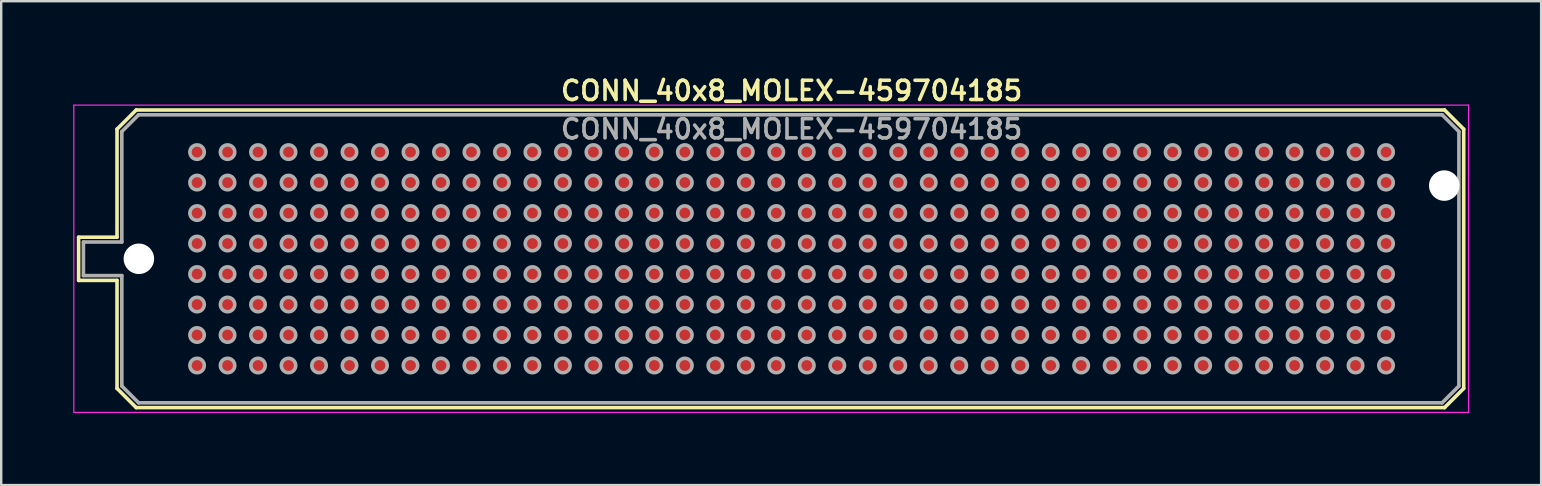
<source format=kicad_pcb>
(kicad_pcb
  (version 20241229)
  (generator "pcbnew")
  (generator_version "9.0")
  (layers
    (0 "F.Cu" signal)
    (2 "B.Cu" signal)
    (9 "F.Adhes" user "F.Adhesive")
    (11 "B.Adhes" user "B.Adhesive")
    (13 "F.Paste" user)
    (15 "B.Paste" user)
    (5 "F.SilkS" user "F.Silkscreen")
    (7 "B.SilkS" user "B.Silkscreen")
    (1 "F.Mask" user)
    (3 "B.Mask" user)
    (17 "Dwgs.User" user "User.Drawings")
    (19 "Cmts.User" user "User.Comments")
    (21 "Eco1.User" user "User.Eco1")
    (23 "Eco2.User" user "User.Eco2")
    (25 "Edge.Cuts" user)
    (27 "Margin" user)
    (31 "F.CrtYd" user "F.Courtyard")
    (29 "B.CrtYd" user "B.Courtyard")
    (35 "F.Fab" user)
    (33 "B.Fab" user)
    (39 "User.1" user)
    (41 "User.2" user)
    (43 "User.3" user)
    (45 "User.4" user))
  (footprint "CONN_40x8_MOLEX-459704185"
    (layer "F.Cu")
    (at 29.925 7.731)
    (property "Reference" "CONN_40x8_MOLEX-459704185" (at 0 -7 0) (layer "F.SilkS") (effects (font (size 0.8 0.8) (thickness 0.15))))
    (attr through_hole)
    (fp_line (start -29.7 -0.9) (end -29.7 0.9) (stroke (width 0.15) (type solid)) (layer "F.SilkS"))
    (fp_line (start -29.7 0.9) (end -28.1 0.9) (stroke (width 0.15) (type solid)) (layer "F.SilkS"))
    (fp_line (start -28.1 -5.4) (end -28.1 -0.9) (stroke (width 0.15) (type solid)) (layer "F.SilkS"))
    (fp_line (start -28.1 -5.4) (end -27.3 -6.2) (stroke (width 0.15) (type solid)) (layer "F.SilkS"))
    (fp_line (start -28.1 -0.9) (end -29.7 -0.9) (stroke (width 0.15) (type solid)) (layer "F.SilkS"))
    (fp_line (start -28.1 0.9) (end -28.1 5.4) (stroke (width 0.15) (type solid)) (layer "F.SilkS"))
    (fp_line (start -28.1 5.4) (end -27.3 6.2) (stroke (width 0.15) (type solid)) (layer "F.SilkS"))
    (fp_line (start -27.3 -6.2) (end 27.2 -6.2) (stroke (width 0.15) (type solid)) (layer "F.SilkS"))
    (fp_line (start -27.3 6.2) (end 27.2 6.2) (stroke (width 0.15) (type solid)) (layer "F.SilkS"))
    (fp_line (start 27.2 -6.2) (end 28 -5.4) (stroke (width 0.15) (type solid)) (layer "F.SilkS"))
    (fp_line (start 27.2 6.2) (end 28 5.4) (stroke (width 0.15) (type solid)) (layer "F.SilkS"))
    (fp_line (start 28 5.4) (end 28 -5.4) (stroke (width 0.15) (type solid)) (layer "F.SilkS"))
    (fp_line (start -29.9 -6.4) (end -29.9 6.4) (stroke (width 0.05) (type solid)) (layer "F.CrtYd"))
    (fp_line (start -29.9 -6.4) (end 28.2 -6.4) (stroke (width 0.05) (type solid)) (layer "F.CrtYd"))
    (fp_line (start -29.9 6.4) (end 28.2 6.4) (stroke (width 0.05) (type solid)) (layer "F.CrtYd"))
    (fp_line (start 28.2 -6.4) (end 28.2 6.4) (stroke (width 0.05) (type solid)) (layer "F.CrtYd"))
    (fp_line (start -29.5 -0.7) (end -27.9 -0.7) (stroke (width 0.15) (type solid)) (layer "F.Fab"))
    (fp_line (start -29.5 0.7) (end -29.5 -0.7) (stroke (width 0.15) (type solid)) (layer "F.Fab"))
    (fp_line (start -27.9 -5.3) (end -27.2 -6) (stroke (width 0.15) (type solid)) (layer "F.Fab"))
    (fp_line (start -27.9 -0.7) (end -27.9 -5.3) (stroke (width 0.15) (type solid)) (layer "F.Fab"))
    (fp_line (start -27.9 0.7) (end -29.5 0.7) (stroke (width 0.15) (type solid)) (layer "F.Fab"))
    (fp_line (start -27.9 5.3) (end -27.9 0.7) (stroke (width 0.15) (type solid)) (layer "F.Fab"))
    (fp_line (start -27.2 -6) (end 27.1 -6) (stroke (width 0.15) (type solid)) (layer "F.Fab"))
    (fp_line (start -27.2 6) (end -27.9 5.3) (stroke (width 0.15) (type solid)) (layer "F.Fab"))
    (fp_line (start 27.1 -6) (end 27.8 -5.3) (stroke (width 0.15) (type solid)) (layer "F.Fab"))
    (fp_line (start 27.1 6) (end -27.2 6) (stroke (width 0.15) (type solid)) (layer "F.Fab"))
    (fp_line (start 27.8 -5.3) (end 27.8 5.3) (stroke (width 0.15) (type solid)) (layer "F.Fab"))
    (fp_line (start 27.8 5.3) (end 27.1 6) (stroke (width 0.15) (type solid)) (layer "F.Fab"))
    (fp_circle (center -24.765 -4.445) (end -24.465 -4.445) (stroke (width 0.15) (type solid)) (fill no) (layer "F.Fab"))
    (fp_circle (center -24.765 -3.175) (end -24.465 -3.175) (stroke (width 0.15) (type solid)) (fill no) (layer "F.Fab"))
    (fp_circle (center -24.765 -1.905) (end -24.465 -1.905) (stroke (width 0.15) (type solid)) (fill no) (layer "F.Fab"))
    (fp_circle (center -24.765 -0.635) (end -24.465 -0.635) (stroke (width 0.15) (type solid)) (fill no) (layer "F.Fab"))
    (fp_circle (center -24.765 0.635) (end -24.465 0.635) (stroke (width 0.15) (type solid)) (fill no) (layer "F.Fab"))
    (fp_circle (center -24.765 1.905) (end -24.465 1.905) (stroke (width 0.15) (type solid)) (fill no) (layer "F.Fab"))
    (fp_circle (center -24.765 3.175) (end -24.465 3.175) (stroke (width 0.15) (type solid)) (fill no) (layer "F.Fab"))
    (fp_circle (center -24.765 4.445) (end -24.465 4.445) (stroke (width 0.15) (type solid)) (fill no) (layer "F.Fab"))
    (fp_circle (center -23.495 -4.445) (end -23.195 -4.445) (stroke (width 0.15) (type solid)) (fill no) (layer "F.Fab"))
    (fp_circle (center -23.495 -3.175) (end -23.195 -3.175) (stroke (width 0.15) (type solid)) (fill no) (layer "F.Fab"))
    (fp_circle (center -23.495 -1.905) (end -23.195 -1.905) (stroke (width 0.15) (type solid)) (fill no) (layer "F.Fab"))
    (fp_circle (center -23.495 -0.635) (end -23.195 -0.635) (stroke (width 0.15) (type solid)) (fill no) (layer "F.Fab"))
    (fp_circle (center -23.495 0.635) (end -23.195 0.635) (stroke (width 0.15) (type solid)) (fill no) (layer "F.Fab"))
    (fp_circle (center -23.495 1.905) (end -23.195 1.905) (stroke (width 0.15) (type solid)) (fill no) (layer "F.Fab"))
    (fp_circle (center -23.495 3.175) (end -23.195 3.175) (stroke (width 0.15) (type solid)) (fill no) (layer "F.Fab"))
    (fp_circle (center -23.495 4.445) (end -23.195 4.445) (stroke (width 0.15) (type solid)) (fill no) (layer "F.Fab"))
    (fp_circle (center -22.225 -4.445) (end -21.925 -4.445) (stroke (width 0.15) (type solid)) (fill no) (layer "F.Fab"))
    (fp_circle (center -22.225 -3.175) (end -21.925 -3.175) (stroke (width 0.15) (type solid)) (fill no) (layer "F.Fab"))
    (fp_circle (center -22.225 -1.905) (end -21.925 -1.905) (stroke (width 0.15) (type solid)) (fill no) (layer "F.Fab"))
    (fp_circle (center -22.225 -0.635) (end -21.925 -0.635) (stroke (width 0.15) (type solid)) (fill no) (layer "F.Fab"))
    (fp_circle (center -22.225 0.635) (end -21.925 0.635) (stroke (width 0.15) (type solid)) (fill no) (layer "F.Fab"))
    (fp_circle (center -22.225 1.905) (end -21.925 1.905) (stroke (width 0.15) (type solid)) (fill no) (layer "F.Fab"))
    (fp_circle (center -22.225 3.175) (end -21.925 3.175) (stroke (width 0.15) (type solid)) (fill no) (layer "F.Fab"))
    (fp_circle (center -22.225 4.445) (end -21.925 4.445) (stroke (width 0.15) (type solid)) (fill no) (layer "F.Fab"))
    (fp_circle (center -20.955 -4.445) (end -20.655 -4.445) (stroke (width 0.15) (type solid)) (fill no) (layer "F.Fab"))
    (fp_circle (center -20.955 -3.175) (end -20.655 -3.175) (stroke (width 0.15) (type solid)) (fill no) (layer "F.Fab"))
    (fp_circle (center -20.955 -1.905) (end -20.655 -1.905) (stroke (width 0.15) (type solid)) (fill no) (layer "F.Fab"))
    (fp_circle (center -20.955 -0.635) (end -20.655 -0.635) (stroke (width 0.15) (type solid)) (fill no) (layer "F.Fab"))
    (fp_circle (center -20.955 0.635) (end -20.655 0.635) (stroke (width 0.15) (type solid)) (fill no) (layer "F.Fab"))
    (fp_circle (center -20.955 1.905) (end -20.655 1.905) (stroke (width 0.15) (type solid)) (fill no) (layer "F.Fab"))
    (fp_circle (center -20.955 3.175) (end -20.655 3.175) (stroke (width 0.15) (type solid)) (fill no) (layer "F.Fab"))
    (fp_circle (center -20.955 4.445) (end -20.655 4.445) (stroke (width 0.15) (type solid)) (fill no) (layer "F.Fab"))
    (fp_circle (center -19.685 -4.445) (end -19.385 -4.445) (stroke (width 0.15) (type solid)) (fill no) (layer "F.Fab"))
    (fp_circle (center -19.685 -3.175) (end -19.385 -3.175) (stroke (width 0.15) (type solid)) (fill no) (layer "F.Fab"))
    (fp_circle (center -19.685 -1.905) (end -19.385 -1.905) (stroke (width 0.15) (type solid)) (fill no) (layer "F.Fab"))
    (fp_circle (center -19.685 -0.635) (end -19.385 -0.635) (stroke (width 0.15) (type solid)) (fill no) (layer "F.Fab"))
    (fp_circle (center -19.685 0.635) (end -19.385 0.635) (stroke (width 0.15) (type solid)) (fill no) (layer "F.Fab"))
    (fp_circle (center -19.685 1.905) (end -19.385 1.905) (stroke (width 0.15) (type solid)) (fill no) (layer "F.Fab"))
    (fp_circle (center -19.685 3.175) (end -19.385 3.175) (stroke (width 0.15) (type solid)) (fill no) (layer "F.Fab"))
    (fp_circle (center -19.685 4.445) (end -19.385 4.445) (stroke (width 0.15) (type solid)) (fill no) (layer "F.Fab"))
    (fp_circle (center -18.415 -4.445) (end -18.115 -4.445) (stroke (width 0.15) (type solid)) (fill no) (layer "F.Fab"))
    (fp_circle (center -18.415 -3.175) (end -18.115 -3.175) (stroke (width 0.15) (type solid)) (fill no) (layer "F.Fab"))
    (fp_circle (center -18.415 -1.905) (end -18.115 -1.905) (stroke (width 0.15) (type solid)) (fill no) (layer "F.Fab"))
    (fp_circle (center -18.415 -0.635) (end -18.115 -0.635) (stroke (width 0.15) (type solid)) (fill no) (layer "F.Fab"))
    (fp_circle (center -18.415 0.635) (end -18.115 0.635) (stroke (width 0.15) (type solid)) (fill no) (layer "F.Fab"))
    (fp_circle (center -18.415 1.905) (end -18.115 1.905) (stroke (width 0.15) (type solid)) (fill no) (layer "F.Fab"))
    (fp_circle (center -18.415 3.175) (end -18.115 3.175) (stroke (width 0.15) (type solid)) (fill no) (layer "F.Fab"))
    (fp_circle (center -18.415 4.445) (end -18.115 4.445) (stroke (width 0.15) (type solid)) (fill no) (layer "F.Fab"))
    (fp_circle (center -17.145 -4.445) (end -16.845 -4.445) (stroke (width 0.15) (type solid)) (fill no) (layer "F.Fab"))
    (fp_circle (center -17.145 -3.175) (end -16.845 -3.175) (stroke (width 0.15) (type solid)) (fill no) (layer "F.Fab"))
    (fp_circle (center -17.145 -1.905) (end -16.845 -1.905) (stroke (width 0.15) (type solid)) (fill no) (layer "F.Fab"))
    (fp_circle (center -17.145 -0.635) (end -16.845 -0.635) (stroke (width 0.15) (type solid)) (fill no) (layer "F.Fab"))
    (fp_circle (center -17.145 0.635) (end -16.845 0.635) (stroke (width 0.15) (type solid)) (fill no) (layer "F.Fab"))
    (fp_circle (center -17.145 1.905) (end -16.845 1.905) (stroke (width 0.15) (type solid)) (fill no) (layer "F.Fab"))
    (fp_circle (center -17.145 3.175) (end -16.845 3.175) (stroke (width 0.15) (type solid)) (fill no) (layer "F.Fab"))
    (fp_circle (center -17.145 4.445) (end -16.845 4.445) (stroke (width 0.15) (type solid)) (fill no) (layer "F.Fab"))
    (fp_circle (center -15.875 -4.445) (end -15.575 -4.445) (stroke (width 0.15) (type solid)) (fill no) (layer "F.Fab"))
    (fp_circle (center -15.875 -3.175) (end -15.575 -3.175) (stroke (width 0.15) (type solid)) (fill no) (layer "F.Fab"))
    (fp_circle (center -15.875 -1.905) (end -15.575 -1.905) (stroke (width 0.15) (type solid)) (fill no) (layer "F.Fab"))
    (fp_circle (center -15.875 -0.635) (end -15.575 -0.635) (stroke (width 0.15) (type solid)) (fill no) (layer "F.Fab"))
    (fp_circle (center -15.875 0.635) (end -15.575 0.635) (stroke (width 0.15) (type solid)) (fill no) (layer "F.Fab"))
    (fp_circle (center -15.875 1.905) (end -15.575 1.905) (stroke (width 0.15) (type solid)) (fill no) (layer "F.Fab"))
    (fp_circle (center -15.875 3.175) (end -15.575 3.175) (stroke (width 0.15) (type solid)) (fill no) (layer "F.Fab"))
    (fp_circle (center -15.875 4.445) (end -15.575 4.445) (stroke (width 0.15) (type solid)) (fill no) (layer "F.Fab"))
    (fp_circle (center -14.605 -4.445) (end -14.305 -4.445) (stroke (width 0.15) (type solid)) (fill no) (layer "F.Fab"))
    (fp_circle (center -14.605 -3.175) (end -14.305 -3.175) (stroke (width 0.15) (type solid)) (fill no) (layer "F.Fab"))
    (fp_circle (center -14.605 -1.905) (end -14.305 -1.905) (stroke (width 0.15) (type solid)) (fill no) (layer "F.Fab"))
    (fp_circle (center -14.605 -0.635) (end -14.305 -0.635) (stroke (width 0.15) (type solid)) (fill no) (layer "F.Fab"))
    (fp_circle (center -14.605 0.635) (end -14.305 0.635) (stroke (width 0.15) (type solid)) (fill no) (layer "F.Fab"))
    (fp_circle (center -14.605 1.905) (end -14.305 1.905) (stroke (width 0.15) (type solid)) (fill no) (layer "F.Fab"))
    (fp_circle (center -14.605 3.175) (end -14.305 3.175) (stroke (width 0.15) (type solid)) (fill no) (layer "F.Fab"))
    (fp_circle (center -14.605 4.445) (end -14.305 4.445) (stroke (width 0.15) (type solid)) (fill no) (layer "F.Fab"))
    (fp_circle (center -13.335 -4.445) (end -13.035 -4.445) (stroke (width 0.15) (type solid)) (fill no) (layer "F.Fab"))
    (fp_circle (center -13.335 -3.175) (end -13.035 -3.175) (stroke (width 0.15) (type solid)) (fill no) (layer "F.Fab"))
    (fp_circle (center -13.335 -1.905) (end -13.035 -1.905) (stroke (width 0.15) (type solid)) (fill no) (layer "F.Fab"))
    (fp_circle (center -13.335 -0.635) (end -13.035 -0.635) (stroke (width 0.15) (type solid)) (fill no) (layer "F.Fab"))
    (fp_circle (center -13.335 0.635) (end -13.035 0.635) (stroke (width 0.15) (type solid)) (fill no) (layer "F.Fab"))
    (fp_circle (center -13.335 1.905) (end -13.035 1.905) (stroke (width 0.15) (type solid)) (fill no) (layer "F.Fab"))
    (fp_circle (center -13.335 3.175) (end -13.035 3.175) (stroke (width 0.15) (type solid)) (fill no) (layer "F.Fab"))
    (fp_circle (center -13.335 4.445) (end -13.035 4.445) (stroke (width 0.15) (type solid)) (fill no) (layer "F.Fab"))
    (fp_circle (center -12.065 -4.445) (end -11.765 -4.445) (stroke (width 0.15) (type solid)) (fill no) (layer "F.Fab"))
    (fp_circle (center -12.065 -3.175) (end -11.765 -3.175) (stroke (width 0.15) (type solid)) (fill no) (layer "F.Fab"))
    (fp_circle (center -12.065 -1.905) (end -11.765 -1.905) (stroke (width 0.15) (type solid)) (fill no) (layer "F.Fab"))
    (fp_circle (center -12.065 -0.635) (end -11.765 -0.635) (stroke (width 0.15) (type solid)) (fill no) (layer "F.Fab"))
    (fp_circle (center -12.065 0.635) (end -11.765 0.635) (stroke (width 0.15) (type solid)) (fill no) (layer "F.Fab"))
    (fp_circle (center -12.065 1.905) (end -11.765 1.905) (stroke (width 0.15) (type solid)) (fill no) (layer "F.Fab"))
    (fp_circle (center -12.065 3.175) (end -11.765 3.175) (stroke (width 0.15) (type solid)) (fill no) (layer "F.Fab"))
    (fp_circle (center -12.065 4.445) (end -11.765 4.445) (stroke (width 0.15) (type solid)) (fill no) (layer "F.Fab"))
    (fp_circle (center -10.795 -4.445) (end -10.495 -4.445) (stroke (width 0.15) (type solid)) (fill no) (layer "F.Fab"))
    (fp_circle (center -10.795 -3.175) (end -10.495 -3.175) (stroke (width 0.15) (type solid)) (fill no) (layer "F.Fab"))
    (fp_circle (center -10.795 -1.905) (end -10.495 -1.905) (stroke (width 0.15) (type solid)) (fill no) (layer "F.Fab"))
    (fp_circle (center -10.795 -0.635) (end -10.495 -0.635) (stroke (width 0.15) (type solid)) (fill no) (layer "F.Fab"))
    (fp_circle (center -10.795 0.635) (end -10.495 0.635) (stroke (width 0.15) (type solid)) (fill no) (layer "F.Fab"))
    (fp_circle (center -10.795 1.905) (end -10.495 1.905) (stroke (width 0.15) (type solid)) (fill no) (layer "F.Fab"))
    (fp_circle (center -10.795 3.175) (end -10.495 3.175) (stroke (width 0.15) (type solid)) (fill no) (layer "F.Fab"))
    (fp_circle (center -10.795 4.445) (end -10.495 4.445) (stroke (width 0.15) (type solid)) (fill no) (layer "F.Fab"))
    (fp_circle (center -9.525 -4.445) (end -9.225 -4.445) (stroke (width 0.15) (type solid)) (fill no) (layer "F.Fab"))
    (fp_circle (center -9.525 -3.175) (end -9.225 -3.175) (stroke (width 0.15) (type solid)) (fill no) (layer "F.Fab"))
    (fp_circle (center -9.525 -1.905) (end -9.225 -1.905) (stroke (width 0.15) (type solid)) (fill no) (layer "F.Fab"))
    (fp_circle (center -9.525 -0.635) (end -9.225 -0.635) (stroke (width 0.15) (type solid)) (fill no) (layer "F.Fab"))
    (fp_circle (center -9.525 0.635) (end -9.225 0.635) (stroke (width 0.15) (type solid)) (fill no) (layer "F.Fab"))
    (fp_circle (center -9.525 1.905) (end -9.225 1.905) (stroke (width 0.15) (type solid)) (fill no) (layer "F.Fab"))
    (fp_circle (center -9.525 3.175) (end -9.225 3.175) (stroke (width 0.15) (type solid)) (fill no) (layer "F.Fab"))
    (fp_circle (center -9.525 4.445) (end -9.225 4.445) (stroke (width 0.15) (type solid)) (fill no) (layer "F.Fab"))
    (fp_circle (center -8.255 -4.445) (end -7.955 -4.445) (stroke (width 0.15) (type solid)) (fill no) (layer "F.Fab"))
    (fp_circle (center -8.255 -3.175) (end -7.955 -3.175) (stroke (width 0.15) (type solid)) (fill no) (layer "F.Fab"))
    (fp_circle (center -8.255 -1.905) (end -7.955 -1.905) (stroke (width 0.15) (type solid)) (fill no) (layer "F.Fab"))
    (fp_circle (center -8.255 -0.635) (end -7.955 -0.635) (stroke (width 0.15) (type solid)) (fill no) (layer "F.Fab"))
    (fp_circle (center -8.255 0.635) (end -7.955 0.635) (stroke (width 0.15) (type solid)) (fill no) (layer "F.Fab"))
    (fp_circle (center -8.255 1.905) (end -7.955 1.905) (stroke (width 0.15) (type solid)) (fill no) (layer "F.Fab"))
    (fp_circle (center -8.255 3.175) (end -7.955 3.175) (stroke (width 0.15) (type solid)) (fill no) (layer "F.Fab"))
    (fp_circle (center -8.255 4.445) (end -7.955 4.445) (stroke (width 0.15) (type solid)) (fill no) (layer "F.Fab"))
    (fp_circle (center -6.985 -4.445) (end -6.685 -4.445) (stroke (width 0.15) (type solid)) (fill no) (layer "F.Fab"))
    (fp_circle (center -6.985 -3.175) (end -6.685 -3.175) (stroke (width 0.15) (type solid)) (fill no) (layer "F.Fab"))
    (fp_circle (center -6.985 -1.905) (end -6.685 -1.905) (stroke (width 0.15) (type solid)) (fill no) (layer "F.Fab"))
    (fp_circle (center -6.985 -0.635) (end -6.685 -0.635) (stroke (width 0.15) (type solid)) (fill no) (layer "F.Fab"))
    (fp_circle (center -6.985 0.635) (end -6.685 0.635) (stroke (width 0.15) (type solid)) (fill no) (layer "F.Fab"))
    (fp_circle (center -6.985 1.905) (end -6.685 1.905) (stroke (width 0.15) (type solid)) (fill no) (layer "F.Fab"))
    (fp_circle (center -6.985 3.175) (end -6.685 3.175) (stroke (width 0.15) (type solid)) (fill no) (layer "F.Fab"))
    (fp_circle (center -6.985 4.445) (end -6.685 4.445) (stroke (width 0.15) (type solid)) (fill no) (layer "F.Fab"))
    (fp_circle (center -5.715 -4.445) (end -5.415 -4.445) (stroke (width 0.15) (type solid)) (fill no) (layer "F.Fab"))
    (fp_circle (center -5.715 -3.175) (end -5.415 -3.175) (stroke (width 0.15) (type solid)) (fill no) (layer "F.Fab"))
    (fp_circle (center -5.715 -1.905) (end -5.415 -1.905) (stroke (width 0.15) (type solid)) (fill no) (layer "F.Fab"))
    (fp_circle (center -5.715 -0.635) (end -5.415 -0.635) (stroke (width 0.15) (type solid)) (fill no) (layer "F.Fab"))
    (fp_circle (center -5.715 0.635) (end -5.415 0.635) (stroke (width 0.15) (type solid)) (fill no) (layer "F.Fab"))
    (fp_circle (center -5.715 1.905) (end -5.415 1.905) (stroke (width 0.15) (type solid)) (fill no) (layer "F.Fab"))
    (fp_circle (center -5.715 3.175) (end -5.415 3.175) (stroke (width 0.15) (type solid)) (fill no) (layer "F.Fab"))
    (fp_circle (center -5.715 4.445) (end -5.415 4.445) (stroke (width 0.15) (type solid)) (fill no) (layer "F.Fab"))
    (fp_circle (center -4.445 -4.445) (end -4.145 -4.445) (stroke (width 0.15) (type solid)) (fill no) (layer "F.Fab"))
    (fp_circle (center -4.445 -3.175) (end -4.145 -3.175) (stroke (width 0.15) (type solid)) (fill no) (layer "F.Fab"))
    (fp_circle (center -4.445 -1.905) (end -4.145 -1.905) (stroke (width 0.15) (type solid)) (fill no) (layer "F.Fab"))
    (fp_circle (center -4.445 -0.635) (end -4.145 -0.635) (stroke (width 0.15) (type solid)) (fill no) (layer "F.Fab"))
    (fp_circle (center -4.445 0.635) (end -4.145 0.635) (stroke (width 0.15) (type solid)) (fill no) (layer "F.Fab"))
    (fp_circle (center -4.445 1.905) (end -4.145 1.905) (stroke (width 0.15) (type solid)) (fill no) (layer "F.Fab"))
    (fp_circle (center -4.445 3.175) (end -4.145 3.175) (stroke (width 0.15) (type solid)) (fill no) (layer "F.Fab"))
    (fp_circle (center -4.445 4.445) (end -4.145 4.445) (stroke (width 0.15) (type solid)) (fill no) (layer "F.Fab"))
    (fp_circle (center -3.175 -4.445) (end -2.875 -4.445) (stroke (width 0.15) (type solid)) (fill no) (layer "F.Fab"))
    (fp_circle (center -3.175 -3.175) (end -2.875 -3.175) (stroke (width 0.15) (type solid)) (fill no) (layer "F.Fab"))
    (fp_circle (center -3.175 -1.905) (end -2.875 -1.905) (stroke (width 0.15) (type solid)) (fill no) (layer "F.Fab"))
    (fp_circle (center -3.175 -0.635) (end -2.875 -0.635) (stroke (width 0.15) (type solid)) (fill no) (layer "F.Fab"))
    (fp_circle (center -3.175 0.635) (end -2.875 0.635) (stroke (width 0.15) (type solid)) (fill no) (layer "F.Fab"))
    (fp_circle (center -3.175 1.905) (end -2.875 1.905) (stroke (width 0.15) (type solid)) (fill no) (layer "F.Fab"))
    (fp_circle (center -3.175 3.175) (end -2.875 3.175) (stroke (width 0.15) (type solid)) (fill no) (layer "F.Fab"))
    (fp_circle (center -3.175 4.445) (end -2.875 4.445) (stroke (width 0.15) (type solid)) (fill no) (layer "F.Fab"))
    (fp_circle (center -1.905 -4.445) (end -1.605 -4.445) (stroke (width 0.15) (type solid)) (fill no) (layer "F.Fab"))
    (fp_circle (center -1.905 -3.175) (end -1.605 -3.175) (stroke (width 0.15) (type solid)) (fill no) (layer "F.Fab"))
    (fp_circle (center -1.905 -1.905) (end -1.605 -1.905) (stroke (width 0.15) (type solid)) (fill no) (layer "F.Fab"))
    (fp_circle (center -1.905 -0.635) (end -1.605 -0.635) (stroke (width 0.15) (type solid)) (fill no) (layer "F.Fab"))
    (fp_circle (center -1.905 0.635) (end -1.605 0.635) (stroke (width 0.15) (type solid)) (fill no) (layer "F.Fab"))
    (fp_circle (center -1.905 1.905) (end -1.605 1.905) (stroke (width 0.15) (type solid)) (fill no) (layer "F.Fab"))
    (fp_circle (center -1.905 3.175) (end -1.605 3.175) (stroke (width 0.15) (type solid)) (fill no) (layer "F.Fab"))
    (fp_circle (center -1.905 4.445) (end -1.605 4.445) (stroke (width 0.15) (type solid)) (fill no) (layer "F.Fab"))
    (fp_circle (center -0.635 -4.445) (end -0.335 -4.445) (stroke (width 0.15) (type solid)) (fill no) (layer "F.Fab"))
    (fp_circle (center -0.635 -3.175) (end -0.335 -3.175) (stroke (width 0.15) (type solid)) (fill no) (layer "F.Fab"))
    (fp_circle (center -0.635 -1.905) (end -0.335 -1.905) (stroke (width 0.15) (type solid)) (fill no) (layer "F.Fab"))
    (fp_circle (center -0.635 -0.635) (end -0.335 -0.635) (stroke (width 0.15) (type solid)) (fill no) (layer "F.Fab"))
    (fp_circle (center -0.635 0.635) (end -0.335 0.635) (stroke (width 0.15) (type solid)) (fill no) (layer "F.Fab"))
    (fp_circle (center -0.635 1.905) (end -0.335 1.905) (stroke (width 0.15) (type solid)) (fill no) (layer "F.Fab"))
    (fp_circle (center -0.635 3.175) (end -0.335 3.175) (stroke (width 0.15) (type solid)) (fill no) (layer "F.Fab"))
    (fp_circle (center -0.635 4.445) (end -0.335 4.445) (stroke (width 0.15) (type solid)) (fill no) (layer "F.Fab"))
    (fp_circle (center 0.635 -4.445) (end 0.935 -4.445) (stroke (width 0.15) (type solid)) (fill no) (layer "F.Fab"))
    (fp_circle (center 0.635 -3.175) (end 0.935 -3.175) (stroke (width 0.15) (type solid)) (fill no) (layer "F.Fab"))
    (fp_circle (center 0.635 -1.905) (end 0.935 -1.905) (stroke (width 0.15) (type solid)) (fill no) (layer "F.Fab"))
    (fp_circle (center 0.635 -0.635) (end 0.935 -0.635) (stroke (width 0.15) (type solid)) (fill no) (layer "F.Fab"))
    (fp_circle (center 0.635 0.635) (end 0.935 0.635) (stroke (width 0.15) (type solid)) (fill no) (layer "F.Fab"))
    (fp_circle (center 0.635 1.905) (end 0.935 1.905) (stroke (width 0.15) (type solid)) (fill no) (layer "F.Fab"))
    (fp_circle (center 0.635 3.175) (end 0.935 3.175) (stroke (width 0.15) (type solid)) (fill no) (layer "F.Fab"))
    (fp_circle (center 0.635 4.445) (end 0.935 4.445) (stroke (width 0.15) (type solid)) (fill no) (layer "F.Fab"))
    (fp_circle (center 1.905 -4.445) (end 2.205 -4.445) (stroke (width 0.15) (type solid)) (fill no) (layer "F.Fab"))
    (fp_circle (center 1.905 -3.175) (end 2.205 -3.175) (stroke (width 0.15) (type solid)) (fill no) (layer "F.Fab"))
    (fp_circle (center 1.905 -1.905) (end 2.205 -1.905) (stroke (width 0.15) (type solid)) (fill no) (layer "F.Fab"))
    (fp_circle (center 1.905 -0.635) (end 2.205 -0.635) (stroke (width 0.15) (type solid)) (fill no) (layer "F.Fab"))
    (fp_circle (center 1.905 0.635) (end 2.205 0.635) (stroke (width 0.15) (type solid)) (fill no) (layer "F.Fab"))
    (fp_circle (center 1.905 1.905) (end 2.205 1.905) (stroke (width 0.15) (type solid)) (fill no) (layer "F.Fab"))
    (fp_circle (center 1.905 3.175) (end 2.205 3.175) (stroke (width 0.15) (type solid)) (fill no) (layer "F.Fab"))
    (fp_circle (center 1.905 4.445) (end 2.205 4.445) (stroke (width 0.15) (type solid)) (fill no) (layer "F.Fab"))
    (fp_circle (center 3.175 -4.445) (end 3.475 -4.445) (stroke (width 0.15) (type solid)) (fill no) (layer "F.Fab"))
    (fp_circle (center 3.175 -3.175) (end 3.475 -3.175) (stroke (width 0.15) (type solid)) (fill no) (layer "F.Fab"))
    (fp_circle (center 3.175 -1.905) (end 3.475 -1.905) (stroke (width 0.15) (type solid)) (fill no) (layer "F.Fab"))
    (fp_circle (center 3.175 -0.635) (end 3.475 -0.635) (stroke (width 0.15) (type solid)) (fill no) (layer "F.Fab"))
    (fp_circle (center 3.175 0.635) (end 3.475 0.635) (stroke (width 0.15) (type solid)) (fill no) (layer "F.Fab"))
    (fp_circle (center 3.175 1.905) (end 3.475 1.905) (stroke (width 0.15) (type solid)) (fill no) (layer "F.Fab"))
    (fp_circle (center 3.175 3.175) (end 3.475 3.175) (stroke (width 0.15) (type solid)) (fill no) (layer "F.Fab"))
    (fp_circle (center 3.175 4.445) (end 3.475 4.445) (stroke (width 0.15) (type solid)) (fill no) (layer "F.Fab"))
    (fp_circle (center 4.445 -4.445) (end 4.745 -4.445) (stroke (width 0.15) (type solid)) (fill no) (layer "F.Fab"))
    (fp_circle (center 4.445 -3.175) (end 4.745 -3.175) (stroke (width 0.15) (type solid)) (fill no) (layer "F.Fab"))
    (fp_circle (center 4.445 -1.905) (end 4.745 -1.905) (stroke (width 0.15) (type solid)) (fill no) (layer "F.Fab"))
    (fp_circle (center 4.445 -0.635) (end 4.745 -0.635) (stroke (width 0.15) (type solid)) (fill no) (layer "F.Fab"))
    (fp_circle (center 4.445 0.635) (end 4.745 0.635) (stroke (width 0.15) (type solid)) (fill no) (layer "F.Fab"))
    (fp_circle (center 4.445 1.905) (end 4.745 1.905) (stroke (width 0.15) (type solid)) (fill no) (layer "F.Fab"))
    (fp_circle (center 4.445 3.175) (end 4.745 3.175) (stroke (width 0.15) (type solid)) (fill no) (layer "F.Fab"))
    (fp_circle (center 4.445 4.445) (end 4.745 4.445) (stroke (width 0.15) (type solid)) (fill no) (layer "F.Fab"))
    (fp_circle (center 5.715 -4.445) (end 6.015 -4.445) (stroke (width 0.15) (type solid)) (fill no) (layer "F.Fab"))
    (fp_circle (center 5.715 -3.175) (end 6.015 -3.175) (stroke (width 0.15) (type solid)) (fill no) (layer "F.Fab"))
    (fp_circle (center 5.715 -1.905) (end 6.015 -1.905) (stroke (width 0.15) (type solid)) (fill no) (layer "F.Fab"))
    (fp_circle (center 5.715 -0.635) (end 6.015 -0.635) (stroke (width 0.15) (type solid)) (fill no) (layer "F.Fab"))
    (fp_circle (center 5.715 0.635) (end 6.015 0.635) (stroke (width 0.15) (type solid)) (fill no) (layer "F.Fab"))
    (fp_circle (center 5.715 1.905) (end 6.015 1.905) (stroke (width 0.15) (type solid)) (fill no) (layer "F.Fab"))
    (fp_circle (center 5.715 3.175) (end 6.015 3.175) (stroke (width 0.15) (type solid)) (fill no) (layer "F.Fab"))
    (fp_circle (center 5.715 4.445) (end 6.015 4.445) (stroke (width 0.15) (type solid)) (fill no) (layer "F.Fab"))
    (fp_circle (center 6.985 -4.445) (end 7.285 -4.445) (stroke (width 0.15) (type solid)) (fill no) (layer "F.Fab"))
    (fp_circle (center 6.985 -3.175) (end 7.285 -3.175) (stroke (width 0.15) (type solid)) (fill no) (layer "F.Fab"))
    (fp_circle (center 6.985 -1.905) (end 7.285 -1.905) (stroke (width 0.15) (type solid)) (fill no) (layer "F.Fab"))
    (fp_circle (center 6.985 -0.635) (end 7.285 -0.635) (stroke (width 0.15) (type solid)) (fill no) (layer "F.Fab"))
    (fp_circle (center 6.985 0.635) (end 7.285 0.635) (stroke (width 0.15) (type solid)) (fill no) (layer "F.Fab"))
    (fp_circle (center 6.985 1.905) (end 7.285 1.905) (stroke (width 0.15) (type solid)) (fill no) (layer "F.Fab"))
    (fp_circle (center 6.985 3.175) (end 7.285 3.175) (stroke (width 0.15) (type solid)) (fill no) (layer "F.Fab"))
    (fp_circle (center 6.985 4.445) (end 7.285 4.445) (stroke (width 0.15) (type solid)) (fill no) (layer "F.Fab"))
    (fp_circle (center 8.255 -4.445) (end 8.555 -4.445) (stroke (width 0.15) (type solid)) (fill no) (layer "F.Fab"))
    (fp_circle (center 8.255 -3.175) (end 8.555 -3.175) (stroke (width 0.15) (type solid)) (fill no) (layer "F.Fab"))
    (fp_circle (center 8.255 -1.905) (end 8.555 -1.905) (stroke (width 0.15) (type solid)) (fill no) (layer "F.Fab"))
    (fp_circle (center 8.255 -0.635) (end 8.555 -0.635) (stroke (width 0.15) (type solid)) (fill no) (layer "F.Fab"))
    (fp_circle (center 8.255 0.635) (end 8.555 0.635) (stroke (width 0.15) (type solid)) (fill no) (layer "F.Fab"))
    (fp_circle (center 8.255 1.905) (end 8.555 1.905) (stroke (width 0.15) (type solid)) (fill no) (layer "F.Fab"))
    (fp_circle (center 8.255 3.175) (end 8.555 3.175) (stroke (width 0.15) (type solid)) (fill no) (layer "F.Fab"))
    (fp_circle (center 8.255 4.445) (end 8.555 4.445) (stroke (width 0.15) (type solid)) (fill no) (layer "F.Fab"))
    (fp_circle (center 9.525 -4.445) (end 9.825 -4.445) (stroke (width 0.15) (type solid)) (fill no) (layer "F.Fab"))
    (fp_circle (center 9.525 -3.175) (end 9.825 -3.175) (stroke (width 0.15) (type solid)) (fill no) (layer "F.Fab"))
    (fp_circle (center 9.525 -1.905) (end 9.825 -1.905) (stroke (width 0.15) (type solid)) (fill no) (layer "F.Fab"))
    (fp_circle (center 9.525 -0.635) (end 9.825 -0.635) (stroke (width 0.15) (type solid)) (fill no) (layer "F.Fab"))
    (fp_circle (center 9.525 0.635) (end 9.825 0.635) (stroke (width 0.15) (type solid)) (fill no) (layer "F.Fab"))
    (fp_circle (center 9.525 1.905) (end 9.825 1.905) (stroke (width 0.15) (type solid)) (fill no) (layer "F.Fab"))
    (fp_circle (center 9.525 3.175) (end 9.825 3.175) (stroke (width 0.15) (type solid)) (fill no) (layer "F.Fab"))
    (fp_circle (center 9.525 4.445) (end 9.825 4.445) (stroke (width 0.15) (type solid)) (fill no) (layer "F.Fab"))
    (fp_circle (center 10.795 -4.445) (end 11.095 -4.445) (stroke (width 0.15) (type solid)) (fill no) (layer "F.Fab"))
    (fp_circle (center 10.795 -3.175) (end 11.095 -3.175) (stroke (width 0.15) (type solid)) (fill no) (layer "F.Fab"))
    (fp_circle (center 10.795 -1.905) (end 11.095 -1.905) (stroke (width 0.15) (type solid)) (fill no) (layer "F.Fab"))
    (fp_circle (center 10.795 -0.635) (end 11.095 -0.635) (stroke (width 0.15) (type solid)) (fill no) (layer "F.Fab"))
    (fp_circle (center 10.795 0.635) (end 11.095 0.635) (stroke (width 0.15) (type solid)) (fill no) (layer "F.Fab"))
    (fp_circle (center 10.795 1.905) (end 11.095 1.905) (stroke (width 0.15) (type solid)) (fill no) (layer "F.Fab"))
    (fp_circle (center 10.795 3.175) (end 11.095 3.175) (stroke (width 0.15) (type solid)) (fill no) (layer "F.Fab"))
    (fp_circle (center 10.795 4.445) (end 11.095 4.445) (stroke (width 0.15) (type solid)) (fill no) (layer "F.Fab"))
    (fp_circle (center 12.065 -4.445) (end 12.365 -4.445) (stroke (width 0.15) (type solid)) (fill no) (layer "F.Fab"))
    (fp_circle (center 12.065 -3.175) (end 12.365 -3.175) (stroke (width 0.15) (type solid)) (fill no) (layer "F.Fab"))
    (fp_circle (center 12.065 -1.905) (end 12.365 -1.905) (stroke (width 0.15) (type solid)) (fill no) (layer "F.Fab"))
    (fp_circle (center 12.065 -0.635) (end 12.365 -0.635) (stroke (width 0.15) (type solid)) (fill no) (layer "F.Fab"))
    (fp_circle (center 12.065 0.635) (end 12.365 0.635) (stroke (width 0.15) (type solid)) (fill no) (layer "F.Fab"))
    (fp_circle (center 12.065 1.905) (end 12.365 1.905) (stroke (width 0.15) (type solid)) (fill no) (layer "F.Fab"))
    (fp_circle (center 12.065 3.175) (end 12.365 3.175) (stroke (width 0.15) (type solid)) (fill no) (layer "F.Fab"))
    (fp_circle (center 12.065 4.445) (end 12.365 4.445) (stroke (width 0.15) (type solid)) (fill no) (layer "F.Fab"))
    (fp_circle (center 13.335 -4.445) (end 13.635 -4.445) (stroke (width 0.15) (type solid)) (fill no) (layer "F.Fab"))
    (fp_circle (center 13.335 -3.175) (end 13.635 -3.175) (stroke (width 0.15) (type solid)) (fill no) (layer "F.Fab"))
    (fp_circle (center 13.335 -1.905) (end 13.635 -1.905) (stroke (width 0.15) (type solid)) (fill no) (layer "F.Fab"))
    (fp_circle (center 13.335 -0.635) (end 13.635 -0.635) (stroke (width 0.15) (type solid)) (fill no) (layer "F.Fab"))
    (fp_circle (center 13.335 0.635) (end 13.635 0.635) (stroke (width 0.15) (type solid)) (fill no) (layer "F.Fab"))
    (fp_circle (center 13.335 1.905) (end 13.635 1.905) (stroke (width 0.15) (type solid)) (fill no) (layer "F.Fab"))
    (fp_circle (center 13.335 3.175) (end 13.635 3.175) (stroke (width 0.15) (type solid)) (fill no) (layer "F.Fab"))
    (fp_circle (center 13.335 4.445) (end 13.635 4.445) (stroke (width 0.15) (type solid)) (fill no) (layer "F.Fab"))
    (fp_circle (center 14.605 -4.445) (end 14.905 -4.445) (stroke (width 0.15) (type solid)) (fill no) (layer "F.Fab"))
    (fp_circle (center 14.605 -3.175) (end 14.905 -3.175) (stroke (width 0.15) (type solid)) (fill no) (layer "F.Fab"))
    (fp_circle (center 14.605 -1.905) (end 14.905 -1.905) (stroke (width 0.15) (type solid)) (fill no) (layer "F.Fab"))
    (fp_circle (center 14.605 -0.635) (end 14.905 -0.635) (stroke (width 0.15) (type solid)) (fill no) (layer "F.Fab"))
    (fp_circle (center 14.605 0.635) (end 14.905 0.635) (stroke (width 0.15) (type solid)) (fill no) (layer "F.Fab"))
    (fp_circle (center 14.605 1.905) (end 14.905 1.905) (stroke (width 0.15) (type solid)) (fill no) (layer "F.Fab"))
    (fp_circle (center 14.605 3.175) (end 14.905 3.175) (stroke (width 0.15) (type solid)) (fill no) (layer "F.Fab"))
    (fp_circle (center 14.605 4.445) (end 14.905 4.445) (stroke (width 0.15) (type solid)) (fill no) (layer "F.Fab"))
    (fp_circle (center 15.875 -4.445) (end 16.175 -4.445) (stroke (width 0.15) (type solid)) (fill no) (layer "F.Fab"))
    (fp_circle (center 15.875 -3.175) (end 16.175 -3.175) (stroke (width 0.15) (type solid)) (fill no) (layer "F.Fab"))
    (fp_circle (center 15.875 -1.905) (end 16.175 -1.905) (stroke (width 0.15) (type solid)) (fill no) (layer "F.Fab"))
    (fp_circle (center 15.875 -0.635) (end 16.175 -0.635) (stroke (width 0.15) (type solid)) (fill no) (layer "F.Fab"))
    (fp_circle (center 15.875 0.635) (end 16.175 0.635) (stroke (width 0.15) (type solid)) (fill no) (layer "F.Fab"))
    (fp_circle (center 15.875 1.905) (end 16.175 1.905) (stroke (width 0.15) (type solid)) (fill no) (layer "F.Fab"))
    (fp_circle (center 15.875 3.175) (end 16.175 3.175) (stroke (width 0.15) (type solid)) (fill no) (layer "F.Fab"))
    (fp_circle (center 15.875 4.445) (end 16.175 4.445) (stroke (width 0.15) (type solid)) (fill no) (layer "F.Fab"))
    (fp_circle (center 17.145 -4.445) (end 17.445 -4.445) (stroke (width 0.15) (type solid)) (fill no) (layer "F.Fab"))
    (fp_circle (center 17.145 -3.175) (end 17.445 -3.175) (stroke (width 0.15) (type solid)) (fill no) (layer "F.Fab"))
    (fp_circle (center 17.145 -1.905) (end 17.445 -1.905) (stroke (width 0.15) (type solid)) (fill no) (layer "F.Fab"))
    (fp_circle (center 17.145 -0.635) (end 17.445 -0.635) (stroke (width 0.15) (type solid)) (fill no) (layer "F.Fab"))
    (fp_circle (center 17.145 0.635) (end 17.445 0.635) (stroke (width 0.15) (type solid)) (fill no) (layer "F.Fab"))
    (fp_circle (center 17.145 1.905) (end 17.445 1.905) (stroke (width 0.15) (type solid)) (fill no) (layer "F.Fab"))
    (fp_circle (center 17.145 3.175) (end 17.445 3.175) (stroke (width 0.15) (type solid)) (fill no) (layer "F.Fab"))
    (fp_circle (center 17.145 4.445) (end 17.445 4.445) (stroke (width 0.15) (type solid)) (fill no) (layer "F.Fab"))
    (fp_circle (center 18.415 -4.445) (end 18.715 -4.445) (stroke (width 0.15) (type solid)) (fill no) (layer "F.Fab"))
    (fp_circle (center 18.415 -3.175) (end 18.715 -3.175) (stroke (width 0.15) (type solid)) (fill no) (layer "F.Fab"))
    (fp_circle (center 18.415 -1.905) (end 18.715 -1.905) (stroke (width 0.15) (type solid)) (fill no) (layer "F.Fab"))
    (fp_circle (center 18.415 -0.635) (end 18.715 -0.635) (stroke (width 0.15) (type solid)) (fill no) (layer "F.Fab"))
    (fp_circle (center 18.415 0.635) (end 18.715 0.635) (stroke (width 0.15) (type solid)) (fill no) (layer "F.Fab"))
    (fp_circle (center 18.415 1.905) (end 18.715 1.905) (stroke (width 0.15) (type solid)) (fill no) (layer "F.Fab"))
    (fp_circle (center 18.415 3.175) (end 18.715 3.175) (stroke (width 0.15) (type solid)) (fill no) (layer "F.Fab"))
    (fp_circle (center 18.415 4.445) (end 18.715 4.445) (stroke (width 0.15) (type solid)) (fill no) (layer "F.Fab"))
    (fp_circle (center 19.685 -4.445) (end 19.985 -4.445) (stroke (width 0.15) (type solid)) (fill no) (layer "F.Fab"))
    (fp_circle (center 19.685 -3.175) (end 19.985 -3.175) (stroke (width 0.15) (type solid)) (fill no) (layer "F.Fab"))
    (fp_circle (center 19.685 -1.905) (end 19.985 -1.905) (stroke (width 0.15) (type solid)) (fill no) (layer "F.Fab"))
    (fp_circle (center 19.685 -0.635) (end 19.985 -0.635) (stroke (width 0.15) (type solid)) (fill no) (layer "F.Fab"))
    (fp_circle (center 19.685 0.635) (end 19.985 0.635) (stroke (width 0.15) (type solid)) (fill no) (layer "F.Fab"))
    (fp_circle (center 19.685 1.905) (end 19.985 1.905) (stroke (width 0.15) (type solid)) (fill no) (layer "F.Fab"))
    (fp_circle (center 19.685 3.175) (end 19.985 3.175) (stroke (width 0.15) (type solid)) (fill no) (layer "F.Fab"))
    (fp_circle (center 19.685 4.445) (end 19.985 4.445) (stroke (width 0.15) (type solid)) (fill no) (layer "F.Fab"))
    (fp_circle (center 20.955 -4.445) (end 21.255 -4.445) (stroke (width 0.15) (type solid)) (fill no) (layer "F.Fab"))
    (fp_circle (center 20.955 -3.175) (end 21.255 -3.175) (stroke (width 0.15) (type solid)) (fill no) (layer "F.Fab"))
    (fp_circle (center 20.955 -1.905) (end 21.255 -1.905) (stroke (width 0.15) (type solid)) (fill no) (layer "F.Fab"))
    (fp_circle (center 20.955 -0.635) (end 21.255 -0.635) (stroke (width 0.15) (type solid)) (fill no) (layer "F.Fab"))
    (fp_circle (center 20.955 0.635) (end 21.255 0.635) (stroke (width 0.15) (type solid)) (fill no) (layer "F.Fab"))
    (fp_circle (center 20.955 1.905) (end 21.255 1.905) (stroke (width 0.15) (type solid)) (fill no) (layer "F.Fab"))
    (fp_circle (center 20.955 3.175) (end 21.255 3.175) (stroke (width 0.15) (type solid)) (fill no) (layer "F.Fab"))
    (fp_circle (center 20.955 4.445) (end 21.255 4.445) (stroke (width 0.15) (type solid)) (fill no) (layer "F.Fab"))
    (fp_circle (center 22.225 -4.445) (end 22.525 -4.445) (stroke (width 0.15) (type solid)) (fill no) (layer "F.Fab"))
    (fp_circle (center 22.225 -3.175) (end 22.525 -3.175) (stroke (width 0.15) (type solid)) (fill no) (layer "F.Fab"))
    (fp_circle (center 22.225 -1.905) (end 22.525 -1.905) (stroke (width 0.15) (type solid)) (fill no) (layer "F.Fab"))
    (fp_circle (center 22.225 -0.635) (end 22.525 -0.635) (stroke (width 0.15) (type solid)) (fill no) (layer "F.Fab"))
    (fp_circle (center 22.225 0.635) (end 22.525 0.635) (stroke (width 0.15) (type solid)) (fill no) (layer "F.Fab"))
    (fp_circle (center 22.225 1.905) (end 22.525 1.905) (stroke (width 0.15) (type solid)) (fill no) (layer "F.Fab"))
    (fp_circle (center 22.225 3.175) (end 22.525 3.175) (stroke (width 0.15) (type solid)) (fill no) (layer "F.Fab"))
    (fp_circle (center 22.225 4.445) (end 22.525 4.445) (stroke (width 0.15) (type solid)) (fill no) (layer "F.Fab"))
    (fp_circle (center 23.495 -4.445) (end 23.795 -4.445) (stroke (width 0.15) (type solid)) (fill no) (layer "F.Fab"))
    (fp_circle (center 23.495 -3.175) (end 23.795 -3.175) (stroke (width 0.15) (type solid)) (fill no) (layer "F.Fab"))
    (fp_circle (center 23.495 -1.905) (end 23.795 -1.905) (stroke (width 0.15) (type solid)) (fill no) (layer "F.Fab"))
    (fp_circle (center 23.495 -0.635) (end 23.795 -0.635) (stroke (width 0.15) (type solid)) (fill no) (layer "F.Fab"))
    (fp_circle (center 23.495 0.635) (end 23.795 0.635) (stroke (width 0.15) (type solid)) (fill no) (layer "F.Fab"))
    (fp_circle (center 23.495 1.905) (end 23.795 1.905) (stroke (width 0.15) (type solid)) (fill no) (layer "F.Fab"))
    (fp_circle (center 23.495 3.175) (end 23.795 3.175) (stroke (width 0.15) (type solid)) (fill no) (layer "F.Fab"))
    (fp_circle (center 23.495 4.445) (end 23.795 4.445) (stroke (width 0.15) (type solid)) (fill no) (layer "F.Fab"))
    (fp_circle (center 24.765 -4.445) (end 25.065 -4.445) (stroke (width 0.15) (type solid)) (fill no) (layer "F.Fab"))
    (fp_circle (center 24.765 -3.175) (end 25.065 -3.175) (stroke (width 0.15) (type solid)) (fill no) (layer "F.Fab"))
    (fp_circle (center 24.765 -1.905) (end 25.065 -1.905) (stroke (width 0.15) (type solid)) (fill no) (layer "F.Fab"))
    (fp_circle (center 24.765 -0.635) (end 25.065 -0.635) (stroke (width 0.15) (type solid)) (fill no) (layer "F.Fab"))
    (fp_circle (center 24.765 0.635) (end 25.065 0.635) (stroke (width 0.15) (type solid)) (fill no) (layer "F.Fab"))
    (fp_circle (center 24.765 1.905) (end 25.065 1.905) (stroke (width 0.15) (type solid)) (fill no) (layer "F.Fab"))
    (fp_circle (center 24.765 3.175) (end 25.065 3.175) (stroke (width 0.15) (type solid)) (fill no) (layer "F.Fab"))
    (fp_circle (center 24.765 4.445) (end 25.065 4.445) (stroke (width 0.15) (type solid)) (fill no) (layer "F.Fab"))
    (fp_text user "${REFERENCE}" (at 0 -5.4 0) (layer "F.Fab") (effects (font (size 0.8 0.8) (thickness 0.15))))
    (pad "" np_thru_hole circle (at -27.19 0) (size 1.27 1.27) (drill 1.27) (layers "*.Cu" "*.Mask"))
    (pad "" np_thru_hole circle (at 27.19 -3.05) (size 1.27 1.27) (drill 1.27) (layers "*.Cu" "*.Mask"))
    (pad "1" smd circle (at -24.765 4.445) (size 0.64 0.64) (layers "F.Cu" "F.Mask" "F.Paste"))
    (pad "2" smd circle (at -24.765 3.175) (size 0.64 0.64) (layers "F.Cu" "F.Mask" "F.Paste"))
    (pad "3" smd circle (at -24.765 1.905) (size 0.64 0.64) (layers "F.Cu" "F.Mask" "F.Paste"))
    (pad "4" smd circle (at -24.765 0.635) (size 0.64 0.64) (layers "F.Cu" "F.Mask" "F.Paste"))
    (pad "5" smd circle (at -24.765 -0.635) (size 0.64 0.64) (layers "F.Cu" "F.Mask" "F.Paste"))
    (pad "6" smd circle (at -24.765 -1.905) (size 0.64 0.64) (layers "F.Cu" "F.Mask" "F.Paste"))
    (pad "7" smd circle (at -24.765 -3.175) (size 0.64 0.64) (layers "F.Cu" "F.Mask" "F.Paste"))
    (pad "8" smd circle (at -24.765 -4.445) (size 0.64 0.64) (layers "F.Cu" "F.Mask" "F.Paste"))
    (pad "9" smd circle (at -23.495 4.445) (size 0.64 0.64) (layers "F.Cu" "F.Mask" "F.Paste"))
    (pad "10" smd circle (at -23.495 3.175) (size 0.64 0.64) (layers "F.Cu" "F.Mask" "F.Paste"))
    (pad "11" smd circle (at -23.495 1.905) (size 0.64 0.64) (layers "F.Cu" "F.Mask" "F.Paste"))
    (pad "12" smd circle (at -23.495 0.635) (size 0.64 0.64) (layers "F.Cu" "F.Mask" "F.Paste"))
    (pad "13" smd circle (at -23.495 -0.635) (size 0.64 0.64) (layers "F.Cu" "F.Mask" "F.Paste"))
    (pad "14" smd circle (at -23.495 -1.905) (size 0.64 0.64) (layers "F.Cu" "F.Mask" "F.Paste"))
    (pad "15" smd circle (at -23.495 -3.175) (size 0.64 0.64) (layers "F.Cu" "F.Mask" "F.Paste"))
    (pad "16" smd circle (at -23.495 -4.445) (size 0.64 0.64) (layers "F.Cu" "F.Mask" "F.Paste"))
    (pad "17" smd circle (at -22.225 4.445) (size 0.64 0.64) (layers "F.Cu" "F.Mask" "F.Paste"))
    (pad "18" smd circle (at -22.225 3.175) (size 0.64 0.64) (layers "F.Cu" "F.Mask" "F.Paste"))
    (pad "19" smd circle (at -22.225 1.905) (size 0.64 0.64) (layers "F.Cu" "F.Mask" "F.Paste"))
    (pad "20" smd circle (at -22.225 0.635) (size 0.64 0.64) (layers "F.Cu" "F.Mask" "F.Paste"))
    (pad "21" smd circle (at -22.225 -0.635) (size 0.64 0.64) (layers "F.Cu" "F.Mask" "F.Paste"))
    (pad "22" smd circle (at -22.225 -1.905) (size 0.64 0.64) (layers "F.Cu" "F.Mask" "F.Paste"))
    (pad "23" smd circle (at -22.225 -3.175) (size 0.64 0.64) (layers "F.Cu" "F.Mask" "F.Paste"))
    (pad "24" smd circle (at -22.225 -4.445) (size 0.64 0.64) (layers "F.Cu" "F.Mask" "F.Paste"))
    (pad "25" smd circle (at -20.955 4.445) (size 0.64 0.64) (layers "F.Cu" "F.Mask" "F.Paste"))
    (pad "26" smd circle (at -20.955 3.175) (size 0.64 0.64) (layers "F.Cu" "F.Mask" "F.Paste"))
    (pad "27" smd circle (at -20.955 1.905) (size 0.64 0.64) (layers "F.Cu" "F.Mask" "F.Paste"))
    (pad "28" smd circle (at -20.955 0.635) (size 0.64 0.64) (layers "F.Cu" "F.Mask" "F.Paste"))
    (pad "29" smd circle (at -20.955 -0.635) (size 0.64 0.64) (layers "F.Cu" "F.Mask" "F.Paste"))
    (pad "30" smd circle (at -20.955 -1.905) (size 0.64 0.64) (layers "F.Cu" "F.Mask" "F.Paste"))
    (pad "31" smd circle (at -20.955 -3.175) (size 0.64 0.64) (layers "F.Cu" "F.Mask" "F.Paste"))
    (pad "32" smd circle (at -20.955 -4.445) (size 0.64 0.64) (layers "F.Cu" "F.Mask" "F.Paste"))
    (pad "33" smd circle (at -19.685 4.445) (size 0.64 0.64) (layers "F.Cu" "F.Mask" "F.Paste"))
    (pad "34" smd circle (at -19.685 3.175) (size 0.64 0.64) (layers "F.Cu" "F.Mask" "F.Paste"))
    (pad "35" smd circle (at -19.685 1.905) (size 0.64 0.64) (layers "F.Cu" "F.Mask" "F.Paste"))
    (pad "36" smd circle (at -19.685 0.635) (size 0.64 0.64) (layers "F.Cu" "F.Mask" "F.Paste"))
    (pad "37" smd circle (at -19.685 -0.635) (size 0.64 0.64) (layers "F.Cu" "F.Mask" "F.Paste"))
    (pad "38" smd circle (at -19.685 -1.905) (size 0.64 0.64) (layers "F.Cu" "F.Mask" "F.Paste"))
    (pad "39" smd circle (at -19.685 -3.175) (size 0.64 0.64) (layers "F.Cu" "F.Mask" "F.Paste"))
    (pad "40" smd circle (at -19.685 -4.445) (size 0.64 0.64) (layers "F.Cu" "F.Mask" "F.Paste"))
    (pad "41" smd circle (at -18.415 4.445) (size 0.64 0.64) (layers "F.Cu" "F.Mask" "F.Paste"))
    (pad "42" smd circle (at -18.415 3.175) (size 0.64 0.64) (layers "F.Cu" "F.Mask" "F.Paste"))
    (pad "43" smd circle (at -18.415 1.905) (size 0.64 0.64) (layers "F.Cu" "F.Mask" "F.Paste"))
    (pad "44" smd circle (at -18.415 0.635) (size 0.64 0.64) (layers "F.Cu" "F.Mask" "F.Paste"))
    (pad "45" smd circle (at -18.415 -0.635) (size 0.64 0.64) (layers "F.Cu" "F.Mask" "F.Paste"))
    (pad "46" smd circle (at -18.415 -1.905) (size 0.64 0.64) (layers "F.Cu" "F.Mask" "F.Paste"))
    (pad "47" smd circle (at -18.415 -3.175) (size 0.64 0.64) (layers "F.Cu" "F.Mask" "F.Paste"))
    (pad "48" smd circle (at -18.415 -4.445) (size 0.64 0.64) (layers "F.Cu" "F.Mask" "F.Paste"))
    (pad "49" smd circle (at -17.145 4.445) (size 0.64 0.64) (layers "F.Cu" "F.Mask" "F.Paste"))
    (pad "50" smd circle (at -17.145 3.175) (size 0.64 0.64) (layers "F.Cu" "F.Mask" "F.Paste"))
    (pad "51" smd circle (at -17.145 1.905) (size 0.64 0.64) (layers "F.Cu" "F.Mask" "F.Paste"))
    (pad "52" smd circle (at -17.145 0.635) (size 0.64 0.64) (layers "F.Cu" "F.Mask" "F.Paste"))
    (pad "53" smd circle (at -17.145 -0.635) (size 0.64 0.64) (layers "F.Cu" "F.Mask" "F.Paste"))
    (pad "54" smd circle (at -17.145 -1.905) (size 0.64 0.64) (layers "F.Cu" "F.Mask" "F.Paste"))
    (pad "55" smd circle (at -17.145 -3.175) (size 0.64 0.64) (layers "F.Cu" "F.Mask" "F.Paste"))
    (pad "56" smd circle (at -17.145 -4.445) (size 0.64 0.64) (layers "F.Cu" "F.Mask" "F.Paste"))
    (pad "57" smd circle (at -15.875 4.445) (size 0.64 0.64) (layers "F.Cu" "F.Mask" "F.Paste"))
    (pad "58" smd circle (at -15.875 3.175) (size 0.64 0.64) (layers "F.Cu" "F.Mask" "F.Paste"))
    (pad "59" smd circle (at -15.875 1.905) (size 0.64 0.64) (layers "F.Cu" "F.Mask" "F.Paste"))
    (pad "60" smd circle (at -15.875 0.635) (size 0.64 0.64) (layers "F.Cu" "F.Mask" "F.Paste"))
    (pad "61" smd circle (at -15.875 -0.635) (size 0.64 0.64) (layers "F.Cu" "F.Mask" "F.Paste"))
    (pad "62" smd circle (at -15.875 -1.905) (size 0.64 0.64) (layers "F.Cu" "F.Mask" "F.Paste"))
    (pad "63" smd circle (at -15.875 -3.175) (size 0.64 0.64) (layers "F.Cu" "F.Mask" "F.Paste"))
    (pad "64" smd circle (at -15.875 -4.445) (size 0.64 0.64) (layers "F.Cu" "F.Mask" "F.Paste"))
    (pad "65" smd circle (at -14.605 4.445) (size 0.64 0.64) (layers "F.Cu" "F.Mask" "F.Paste"))
    (pad "66" smd circle (at -14.605 3.175) (size 0.64 0.64) (layers "F.Cu" "F.Mask" "F.Paste"))
    (pad "67" smd circle (at -14.605 1.905) (size 0.64 0.64) (layers "F.Cu" "F.Mask" "F.Paste"))
    (pad "68" smd circle (at -14.605 0.635) (size 0.64 0.64) (layers "F.Cu" "F.Mask" "F.Paste"))
    (pad "69" smd circle (at -14.605 -0.635) (size 0.64 0.64) (layers "F.Cu" "F.Mask" "F.Paste"))
    (pad "70" smd circle (at -14.605 -1.905) (size 0.64 0.64) (layers "F.Cu" "F.Mask" "F.Paste"))
    (pad "71" smd circle (at -14.605 -3.175) (size 0.64 0.64) (layers "F.Cu" "F.Mask" "F.Paste"))
    (pad "72" smd circle (at -14.605 -4.445) (size 0.64 0.64) (layers "F.Cu" "F.Mask" "F.Paste"))
    (pad "73" smd circle (at -13.335 4.445) (size 0.64 0.64) (layers "F.Cu" "F.Mask" "F.Paste"))
    (pad "74" smd circle (at -13.335 3.175) (size 0.64 0.64) (layers "F.Cu" "F.Mask" "F.Paste"))
    (pad "75" smd circle (at -13.335 1.905) (size 0.64 0.64) (layers "F.Cu" "F.Mask" "F.Paste"))
    (pad "76" smd circle (at -13.335 0.635) (size 0.64 0.64) (layers "F.Cu" "F.Mask" "F.Paste"))
    (pad "77" smd circle (at -13.335 -0.635) (size 0.64 0.64) (layers "F.Cu" "F.Mask" "F.Paste"))
    (pad "78" smd circle (at -13.335 -1.905) (size 0.64 0.64) (layers "F.Cu" "F.Mask" "F.Paste"))
    (pad "79" smd circle (at -13.335 -3.175) (size 0.64 0.64) (layers "F.Cu" "F.Mask" "F.Paste"))
    (pad "80" smd circle (at -13.335 -4.445) (size 0.64 0.64) (layers "F.Cu" "F.Mask" "F.Paste"))
    (pad "81" smd circle (at -12.065 4.445) (size 0.64 0.64) (layers "F.Cu" "F.Mask" "F.Paste"))
    (pad "82" smd circle (at -12.065 3.175) (size 0.64 0.64) (layers "F.Cu" "F.Mask" "F.Paste"))
    (pad "83" smd circle (at -12.065 1.905) (size 0.64 0.64) (layers "F.Cu" "F.Mask" "F.Paste"))
    (pad "84" smd circle (at -12.065 0.635) (size 0.64 0.64) (layers "F.Cu" "F.Mask" "F.Paste"))
    (pad "85" smd circle (at -12.065 -0.635) (size 0.64 0.64) (layers "F.Cu" "F.Mask" "F.Paste"))
    (pad "86" smd circle (at -12.065 -1.905) (size 0.64 0.64) (layers "F.Cu" "F.Mask" "F.Paste"))
    (pad "87" smd circle (at -12.065 -3.175) (size 0.64 0.64) (layers "F.Cu" "F.Mask" "F.Paste"))
    (pad "88" smd circle (at -12.065 -4.445) (size 0.64 0.64) (layers "F.Cu" "F.Mask" "F.Paste"))
    (pad "89" smd circle (at -10.795 4.445) (size 0.64 0.64) (layers "F.Cu" "F.Mask" "F.Paste"))
    (pad "90" smd circle (at -10.795 3.175) (size 0.64 0.64) (layers "F.Cu" "F.Mask" "F.Paste"))
    (pad "91" smd circle (at -10.795 1.905) (size 0.64 0.64) (layers "F.Cu" "F.Mask" "F.Paste"))
    (pad "92" smd circle (at -10.795 0.635) (size 0.64 0.64) (layers "F.Cu" "F.Mask" "F.Paste"))
    (pad "93" smd circle (at -10.795 -0.635) (size 0.64 0.64) (layers "F.Cu" "F.Mask" "F.Paste"))
    (pad "94" smd circle (at -10.795 -1.905) (size 0.64 0.64) (layers "F.Cu" "F.Mask" "F.Paste"))
    (pad "95" smd circle (at -10.795 -3.175) (size 0.64 0.64) (layers "F.Cu" "F.Mask" "F.Paste"))
    (pad "96" smd circle (at -10.795 -4.445) (size 0.64 0.64) (layers "F.Cu" "F.Mask" "F.Paste"))
    (pad "97" smd circle (at -9.525 4.445) (size 0.64 0.64) (layers "F.Cu" "F.Mask" "F.Paste"))
    (pad "98" smd circle (at -9.525 3.175) (size 0.64 0.64) (layers "F.Cu" "F.Mask" "F.Paste"))
    (pad "99" smd circle (at -9.525 1.905) (size 0.64 0.64) (layers "F.Cu" "F.Mask" "F.Paste"))
    (pad "100" smd circle (at -9.525 0.635) (size 0.64 0.64) (layers "F.Cu" "F.Mask" "F.Paste"))
    (pad "101" smd circle (at -9.525 -0.635) (size 0.64 0.64) (layers "F.Cu" "F.Mask" "F.Paste"))
    (pad "102" smd circle (at -9.525 -1.905) (size 0.64 0.64) (layers "F.Cu" "F.Mask" "F.Paste"))
    (pad "103" smd circle (at -9.525 -3.175) (size 0.64 0.64) (layers "F.Cu" "F.Mask" "F.Paste"))
    (pad "104" smd circle (at -9.525 -4.445) (size 0.64 0.64) (layers "F.Cu" "F.Mask" "F.Paste"))
    (pad "105" smd circle (at -8.255 4.445) (size 0.64 0.64) (layers "F.Cu" "F.Mask" "F.Paste"))
    (pad "106" smd circle (at -8.255 3.175) (size 0.64 0.64) (layers "F.Cu" "F.Mask" "F.Paste"))
    (pad "107" smd circle (at -8.255 1.905) (size 0.64 0.64) (layers "F.Cu" "F.Mask" "F.Paste"))
    (pad "108" smd circle (at -8.255 0.635) (size 0.64 0.64) (layers "F.Cu" "F.Mask" "F.Paste"))
    (pad "109" smd circle (at -8.255 -0.635) (size 0.64 0.64) (layers "F.Cu" "F.Mask" "F.Paste"))
    (pad "110" smd circle (at -8.255 -1.905) (size 0.64 0.64) (layers "F.Cu" "F.Mask" "F.Paste"))
    (pad "111" smd circle (at -8.255 -3.175) (size 0.64 0.64) (layers "F.Cu" "F.Mask" "F.Paste"))
    (pad "112" smd circle (at -8.255 -4.445) (size 0.64 0.64) (layers "F.Cu" "F.Mask" "F.Paste"))
    (pad "113" smd circle (at -6.985 4.445) (size 0.64 0.64) (layers "F.Cu" "F.Mask" "F.Paste"))
    (pad "114" smd circle (at -6.985 3.175) (size 0.64 0.64) (layers "F.Cu" "F.Mask" "F.Paste"))
    (pad "115" smd circle (at -6.985 1.905) (size 0.64 0.64) (layers "F.Cu" "F.Mask" "F.Paste"))
    (pad "116" smd circle (at -6.985 0.635) (size 0.64 0.64) (layers "F.Cu" "F.Mask" "F.Paste"))
    (pad "117" smd circle (at -6.985 -0.635) (size 0.64 0.64) (layers "F.Cu" "F.Mask" "F.Paste"))
    (pad "118" smd circle (at -6.985 -1.905) (size 0.64 0.64) (layers "F.Cu" "F.Mask" "F.Paste"))
    (pad "119" smd circle (at -6.985 -3.175) (size 0.64 0.64) (layers "F.Cu" "F.Mask" "F.Paste"))
    (pad "120" smd circle (at -6.985 -4.445) (size 0.64 0.64) (layers "F.Cu" "F.Mask" "F.Paste"))
    (pad "121" smd circle (at -5.715 4.445) (size 0.64 0.64) (layers "F.Cu" "F.Mask" "F.Paste"))
    (pad "122" smd circle (at -5.715 3.175) (size 0.64 0.64) (layers "F.Cu" "F.Mask" "F.Paste"))
    (pad "123" smd circle (at -5.715 1.905) (size 0.64 0.64) (layers "F.Cu" "F.Mask" "F.Paste"))
    (pad "124" smd circle (at -5.715 0.635) (size 0.64 0.64) (layers "F.Cu" "F.Mask" "F.Paste"))
    (pad "125" smd circle (at -5.715 -0.635) (size 0.64 0.64) (layers "F.Cu" "F.Mask" "F.Paste"))
    (pad "126" smd circle (at -5.715 -1.905) (size 0.64 0.64) (layers "F.Cu" "F.Mask" "F.Paste"))
    (pad "127" smd circle (at -5.715 -3.175) (size 0.64 0.64) (layers "F.Cu" "F.Mask" "F.Paste"))
    (pad "128" smd circle (at -5.715 -4.445) (size 0.64 0.64) (layers "F.Cu" "F.Mask" "F.Paste"))
    (pad "129" smd circle (at -4.445 4.445) (size 0.64 0.64) (layers "F.Cu" "F.Mask" "F.Paste"))
    (pad "130" smd circle (at -4.445 3.175) (size 0.64 0.64) (layers "F.Cu" "F.Mask" "F.Paste"))
    (pad "131" smd circle (at -4.445 1.905) (size 0.64 0.64) (layers "F.Cu" "F.Mask" "F.Paste"))
    (pad "132" smd circle (at -4.445 0.635) (size 0.64 0.64) (layers "F.Cu" "F.Mask" "F.Paste"))
    (pad "133" smd circle (at -4.445 -0.635) (size 0.64 0.64) (layers "F.Cu" "F.Mask" "F.Paste"))
    (pad "134" smd circle (at -4.445 -1.905) (size 0.64 0.64) (layers "F.Cu" "F.Mask" "F.Paste"))
    (pad "135" smd circle (at -4.445 -3.175) (size 0.64 0.64) (layers "F.Cu" "F.Mask" "F.Paste"))
    (pad "136" smd circle (at -4.445 -4.445) (size 0.64 0.64) (layers "F.Cu" "F.Mask" "F.Paste"))
    (pad "137" smd circle (at -3.175 4.445) (size 0.64 0.64) (layers "F.Cu" "F.Mask" "F.Paste"))
    (pad "138" smd circle (at -3.175 3.175) (size 0.64 0.64) (layers "F.Cu" "F.Mask" "F.Paste"))
    (pad "139" smd circle (at -3.175 1.905) (size 0.64 0.64) (layers "F.Cu" "F.Mask" "F.Paste"))
    (pad "140" smd circle (at -3.175 0.635) (size 0.64 0.64) (layers "F.Cu" "F.Mask" "F.Paste"))
    (pad "141" smd circle (at -3.175 -0.635) (size 0.64 0.64) (layers "F.Cu" "F.Mask" "F.Paste"))
    (pad "142" smd circle (at -3.175 -1.905) (size 0.64 0.64) (layers "F.Cu" "F.Mask" "F.Paste"))
    (pad "143" smd circle (at -3.175 -3.175) (size 0.64 0.64) (layers "F.Cu" "F.Mask" "F.Paste"))
    (pad "144" smd circle (at -3.175 -4.445) (size 0.64 0.64) (layers "F.Cu" "F.Mask" "F.Paste"))
    (pad "145" smd circle (at -1.905 4.445) (size 0.64 0.64) (layers "F.Cu" "F.Mask" "F.Paste"))
    (pad "146" smd circle (at -1.905 3.175) (size 0.64 0.64) (layers "F.Cu" "F.Mask" "F.Paste"))
    (pad "147" smd circle (at -1.905 1.905) (size 0.64 0.64) (layers "F.Cu" "F.Mask" "F.Paste"))
    (pad "148" smd circle (at -1.905 0.635) (size 0.64 0.64) (layers "F.Cu" "F.Mask" "F.Paste"))
    (pad "149" smd circle (at -1.905 -0.635) (size 0.64 0.64) (layers "F.Cu" "F.Mask" "F.Paste"))
    (pad "150" smd circle (at -1.905 -1.905) (size 0.64 0.64) (layers "F.Cu" "F.Mask" "F.Paste"))
    (pad "151" smd circle (at -1.905 -3.175) (size 0.64 0.64) (layers "F.Cu" "F.Mask" "F.Paste"))
    (pad "152" smd circle (at -1.905 -4.445) (size 0.64 0.64) (layers "F.Cu" "F.Mask" "F.Paste"))
    (pad "153" smd circle (at -0.635 4.445) (size 0.64 0.64) (layers "F.Cu" "F.Mask" "F.Paste"))
    (pad "154" smd circle (at -0.635 3.175) (size 0.64 0.64) (layers "F.Cu" "F.Mask" "F.Paste"))
    (pad "155" smd circle (at -0.635 1.905) (size 0.64 0.64) (layers "F.Cu" "F.Mask" "F.Paste"))
    (pad "156" smd circle (at -0.635 0.635) (size 0.64 0.64) (layers "F.Cu" "F.Mask" "F.Paste"))
    (pad "157" smd circle (at -0.635 -0.635) (size 0.64 0.64) (layers "F.Cu" "F.Mask" "F.Paste"))
    (pad "158" smd circle (at -0.635 -1.905) (size 0.64 0.64) (layers "F.Cu" "F.Mask" "F.Paste"))
    (pad "159" smd circle (at -0.635 -3.175) (size 0.64 0.64) (layers "F.Cu" "F.Mask" "F.Paste"))
    (pad "160" smd circle (at -0.635 -4.445) (size 0.64 0.64) (layers "F.Cu" "F.Mask" "F.Paste"))
    (pad "161" smd circle (at 0.635 4.445) (size 0.64 0.64) (layers "F.Cu" "F.Mask" "F.Paste"))
    (pad "162" smd circle (at 0.635 3.175) (size 0.64 0.64) (layers "F.Cu" "F.Mask" "F.Paste"))
    (pad "163" smd circle (at 0.635 1.905) (size 0.64 0.64) (layers "F.Cu" "F.Mask" "F.Paste"))
    (pad "164" smd circle (at 0.635 0.635) (size 0.64 0.64) (layers "F.Cu" "F.Mask" "F.Paste"))
    (pad "165" smd circle (at 0.635 -0.635) (size 0.64 0.64) (layers "F.Cu" "F.Mask" "F.Paste"))
    (pad "166" smd circle (at 0.635 -1.905) (size 0.64 0.64) (layers "F.Cu" "F.Mask" "F.Paste"))
    (pad "167" smd circle (at 0.635 -3.175) (size 0.64 0.64) (layers "F.Cu" "F.Mask" "F.Paste"))
    (pad "168" smd circle (at 0.635 -4.445) (size 0.64 0.64) (layers "F.Cu" "F.Mask" "F.Paste"))
    (pad "169" smd circle (at 1.905 4.445) (size 0.64 0.64) (layers "F.Cu" "F.Mask" "F.Paste"))
    (pad "170" smd circle (at 1.905 3.175) (size 0.64 0.64) (layers "F.Cu" "F.Mask" "F.Paste"))
    (pad "171" smd circle (at 1.905 1.905) (size 0.64 0.64) (layers "F.Cu" "F.Mask" "F.Paste"))
    (pad "172" smd circle (at 1.905 0.635) (size 0.64 0.64) (layers "F.Cu" "F.Mask" "F.Paste"))
    (pad "173" smd circle (at 1.905 -0.635) (size 0.64 0.64) (layers "F.Cu" "F.Mask" "F.Paste"))
    (pad "174" smd circle (at 1.905 -1.905) (size 0.64 0.64) (layers "F.Cu" "F.Mask" "F.Paste"))
    (pad "175" smd circle (at 1.905 -3.175) (size 0.64 0.64) (layers "F.Cu" "F.Mask" "F.Paste"))
    (pad "176" smd circle (at 1.905 -4.445) (size 0.64 0.64) (layers "F.Cu" "F.Mask" "F.Paste"))
    (pad "177" smd circle (at 3.175 4.445) (size 0.64 0.64) (layers "F.Cu" "F.Mask" "F.Paste"))
    (pad "178" smd circle (at 3.175 3.175) (size 0.64 0.64) (layers "F.Cu" "F.Mask" "F.Paste"))
    (pad "179" smd circle (at 3.175 1.905) (size 0.64 0.64) (layers "F.Cu" "F.Mask" "F.Paste"))
    (pad "180" smd circle (at 3.175 0.635) (size 0.64 0.64) (layers "F.Cu" "F.Mask" "F.Paste"))
    (pad "181" smd circle (at 3.175 -0.635) (size 0.64 0.64) (layers "F.Cu" "F.Mask" "F.Paste"))
    (pad "182" smd circle (at 3.175 -1.905) (size 0.64 0.64) (layers "F.Cu" "F.Mask" "F.Paste"))
    (pad "183" smd circle (at 3.175 -3.175) (size 0.64 0.64) (layers "F.Cu" "F.Mask" "F.Paste"))
    (pad "184" smd circle (at 3.175 -4.445) (size 0.64 0.64) (layers "F.Cu" "F.Mask" "F.Paste"))
    (pad "185" smd circle (at 4.445 4.445) (size 0.64 0.64) (layers "F.Cu" "F.Mask" "F.Paste"))
    (pad "186" smd circle (at 4.445 3.175) (size 0.64 0.64) (layers "F.Cu" "F.Mask" "F.Paste"))
    (pad "187" smd circle (at 4.445 1.905) (size 0.64 0.64) (layers "F.Cu" "F.Mask" "F.Paste"))
    (pad "188" smd circle (at 4.445 0.635) (size 0.64 0.64) (layers "F.Cu" "F.Mask" "F.Paste"))
    (pad "189" smd circle (at 4.445 -0.635) (size 0.64 0.64) (layers "F.Cu" "F.Mask" "F.Paste"))
    (pad "190" smd circle (at 4.445 -1.905) (size 0.64 0.64) (layers "F.Cu" "F.Mask" "F.Paste"))
    (pad "191" smd circle (at 4.445 -3.175) (size 0.64 0.64) (layers "F.Cu" "F.Mask" "F.Paste"))
    (pad "192" smd circle (at 4.445 -4.445) (size 0.64 0.64) (layers "F.Cu" "F.Mask" "F.Paste"))
    (pad "193" smd circle (at 5.715 4.445) (size 0.64 0.64) (layers "F.Cu" "F.Mask" "F.Paste"))
    (pad "194" smd circle (at 5.715 3.175) (size 0.64 0.64) (layers "F.Cu" "F.Mask" "F.Paste"))
    (pad "195" smd circle (at 5.715 1.905) (size 0.64 0.64) (layers "F.Cu" "F.Mask" "F.Paste"))
    (pad "196" smd circle (at 5.715 0.635) (size 0.64 0.64) (layers "F.Cu" "F.Mask" "F.Paste"))
    (pad "197" smd circle (at 5.715 -0.635) (size 0.64 0.64) (layers "F.Cu" "F.Mask" "F.Paste"))
    (pad "198" smd circle (at 5.715 -1.905) (size 0.64 0.64) (layers "F.Cu" "F.Mask" "F.Paste"))
    (pad "199" smd circle (at 5.715 -3.175) (size 0.64 0.64) (layers "F.Cu" "F.Mask" "F.Paste"))
    (pad "200" smd circle (at 5.715 -4.445) (size 0.64 0.64) (layers "F.Cu" "F.Mask" "F.Paste"))
    (pad "201" smd circle (at 6.985 4.445) (size 0.64 0.64) (layers "F.Cu" "F.Mask" "F.Paste"))
    (pad "202" smd circle (at 6.985 3.175) (size 0.64 0.64) (layers "F.Cu" "F.Mask" "F.Paste"))
    (pad "203" smd circle (at 6.985 1.905) (size 0.64 0.64) (layers "F.Cu" "F.Mask" "F.Paste"))
    (pad "204" smd circle (at 6.985 0.635) (size 0.64 0.64) (layers "F.Cu" "F.Mask" "F.Paste"))
    (pad "205" smd circle (at 6.985 -0.635) (size 0.64 0.64) (layers "F.Cu" "F.Mask" "F.Paste"))
    (pad "206" smd circle (at 6.985 -1.905) (size 0.64 0.64) (layers "F.Cu" "F.Mask" "F.Paste"))
    (pad "207" smd circle (at 6.985 -3.175) (size 0.64 0.64) (layers "F.Cu" "F.Mask" "F.Paste"))
    (pad "208" smd circle (at 6.985 -4.445) (size 0.64 0.64) (layers "F.Cu" "F.Mask" "F.Paste"))
    (pad "209" smd circle (at 8.255 4.445) (size 0.64 0.64) (layers "F.Cu" "F.Mask" "F.Paste"))
    (pad "210" smd circle (at 8.255 3.175) (size 0.64 0.64) (layers "F.Cu" "F.Mask" "F.Paste"))
    (pad "211" smd circle (at 8.255 1.905) (size 0.64 0.64) (layers "F.Cu" "F.Mask" "F.Paste"))
    (pad "212" smd circle (at 8.255 0.635) (size 0.64 0.64) (layers "F.Cu" "F.Mask" "F.Paste"))
    (pad "213" smd circle (at 8.255 -0.635) (size 0.64 0.64) (layers "F.Cu" "F.Mask" "F.Paste"))
    (pad "214" smd circle (at 8.255 -1.905) (size 0.64 0.64) (layers "F.Cu" "F.Mask" "F.Paste"))
    (pad "215" smd circle (at 8.255 -3.175) (size 0.64 0.64) (layers "F.Cu" "F.Mask" "F.Paste"))
    (pad "216" smd circle (at 8.255 -4.445) (size 0.64 0.64) (layers "F.Cu" "F.Mask" "F.Paste"))
    (pad "217" smd circle (at 9.525 4.445) (size 0.64 0.64) (layers "F.Cu" "F.Mask" "F.Paste"))
    (pad "218" smd circle (at 9.525 3.175) (size 0.64 0.64) (layers "F.Cu" "F.Mask" "F.Paste"))
    (pad "219" smd circle (at 9.525 1.905) (size 0.64 0.64) (layers "F.Cu" "F.Mask" "F.Paste"))
    (pad "220" smd circle (at 9.525 0.635) (size 0.64 0.64) (layers "F.Cu" "F.Mask" "F.Paste"))
    (pad "221" smd circle (at 9.525 -0.635) (size 0.64 0.64) (layers "F.Cu" "F.Mask" "F.Paste"))
    (pad "222" smd circle (at 9.525 -1.905) (size 0.64 0.64) (layers "F.Cu" "F.Mask" "F.Paste"))
    (pad "223" smd circle (at 9.525 -3.175) (size 0.64 0.64) (layers "F.Cu" "F.Mask" "F.Paste"))
    (pad "224" smd circle (at 9.525 -4.445) (size 0.64 0.64) (layers "F.Cu" "F.Mask" "F.Paste"))
    (pad "225" smd circle (at 10.795 4.445) (size 0.64 0.64) (layers "F.Cu" "F.Mask" "F.Paste"))
    (pad "226" smd circle (at 10.795 3.175) (size 0.64 0.64) (layers "F.Cu" "F.Mask" "F.Paste"))
    (pad "227" smd circle (at 10.795 1.905) (size 0.64 0.64) (layers "F.Cu" "F.Mask" "F.Paste"))
    (pad "228" smd circle (at 10.795 0.635) (size 0.64 0.64) (layers "F.Cu" "F.Mask" "F.Paste"))
    (pad "229" smd circle (at 10.795 -0.635) (size 0.64 0.64) (layers "F.Cu" "F.Mask" "F.Paste"))
    (pad "230" smd circle (at 10.795 -1.905) (size 0.64 0.64) (layers "F.Cu" "F.Mask" "F.Paste"))
    (pad "231" smd circle (at 10.795 -3.175) (size 0.64 0.64) (layers "F.Cu" "F.Mask" "F.Paste"))
    (pad "232" smd circle (at 10.795 -4.445) (size 0.64 0.64) (layers "F.Cu" "F.Mask" "F.Paste"))
    (pad "233" smd circle (at 12.065 4.445) (size 0.64 0.64) (layers "F.Cu" "F.Mask" "F.Paste"))
    (pad "234" smd circle (at 12.065 3.175) (size 0.64 0.64) (layers "F.Cu" "F.Mask" "F.Paste"))
    (pad "235" smd circle (at 12.065 1.905) (size 0.64 0.64) (layers "F.Cu" "F.Mask" "F.Paste"))
    (pad "236" smd circle (at 12.065 0.635) (size 0.64 0.64) (layers "F.Cu" "F.Mask" "F.Paste"))
    (pad "237" smd circle (at 12.065 -0.635) (size 0.64 0.64) (layers "F.Cu" "F.Mask" "F.Paste"))
    (pad "238" smd circle (at 12.065 -1.905) (size 0.64 0.64) (layers "F.Cu" "F.Mask" "F.Paste"))
    (pad "239" smd circle (at 12.065 -3.175) (size 0.64 0.64) (layers "F.Cu" "F.Mask" "F.Paste"))
    (pad "240" smd circle (at 12.065 -4.445) (size 0.64 0.64) (layers "F.Cu" "F.Mask" "F.Paste"))
    (pad "241" smd circle (at 13.335 4.445) (size 0.64 0.64) (layers "F.Cu" "F.Mask" "F.Paste"))
    (pad "242" smd circle (at 13.335 3.175) (size 0.64 0.64) (layers "F.Cu" "F.Mask" "F.Paste"))
    (pad "243" smd circle (at 13.335 1.905) (size 0.64 0.64) (layers "F.Cu" "F.Mask" "F.Paste"))
    (pad "244" smd circle (at 13.335 0.635) (size 0.64 0.64) (layers "F.Cu" "F.Mask" "F.Paste"))
    (pad "245" smd circle (at 13.335 -0.635) (size 0.64 0.64) (layers "F.Cu" "F.Mask" "F.Paste"))
    (pad "246" smd circle (at 13.335 -1.905) (size 0.64 0.64) (layers "F.Cu" "F.Mask" "F.Paste"))
    (pad "247" smd circle (at 13.335 -3.175) (size 0.64 0.64) (layers "F.Cu" "F.Mask" "F.Paste"))
    (pad "248" smd circle (at 13.335 -4.445) (size 0.64 0.64) (layers "F.Cu" "F.Mask" "F.Paste"))
    (pad "249" smd circle (at 14.605 4.445) (size 0.64 0.64) (layers "F.Cu" "F.Mask" "F.Paste"))
    (pad "250" smd circle (at 14.605 3.175) (size 0.64 0.64) (layers "F.Cu" "F.Mask" "F.Paste"))
    (pad "251" smd circle (at 14.605 1.905) (size 0.64 0.64) (layers "F.Cu" "F.Mask" "F.Paste"))
    (pad "252" smd circle (at 14.605 0.635) (size 0.64 0.64) (layers "F.Cu" "F.Mask" "F.Paste"))
    (pad "253" smd circle (at 14.605 -0.635) (size 0.64 0.64) (layers "F.Cu" "F.Mask" "F.Paste"))
    (pad "254" smd circle (at 14.605 -1.905) (size 0.64 0.64) (layers "F.Cu" "F.Mask" "F.Paste"))
    (pad "255" smd circle (at 14.605 -3.175) (size 0.64 0.64) (layers "F.Cu" "F.Mask" "F.Paste"))
    (pad "256" smd circle (at 14.605 -4.445) (size 0.64 0.64) (layers "F.Cu" "F.Mask" "F.Paste"))
    (pad "257" smd circle (at 15.875 4.445) (size 0.64 0.64) (layers "F.Cu" "F.Mask" "F.Paste"))
    (pad "258" smd circle (at 15.875 3.175) (size 0.64 0.64) (layers "F.Cu" "F.Mask" "F.Paste"))
    (pad "259" smd circle (at 15.875 1.905) (size 0.64 0.64) (layers "F.Cu" "F.Mask" "F.Paste"))
    (pad "260" smd circle (at 15.875 0.635) (size 0.64 0.64) (layers "F.Cu" "F.Mask" "F.Paste"))
    (pad "261" smd circle (at 15.875 -0.635) (size 0.64 0.64) (layers "F.Cu" "F.Mask" "F.Paste"))
    (pad "262" smd circle (at 15.875 -1.905) (size 0.64 0.64) (layers "F.Cu" "F.Mask" "F.Paste"))
    (pad "263" smd circle (at 15.875 -3.175) (size 0.64 0.64) (layers "F.Cu" "F.Mask" "F.Paste"))
    (pad "264" smd circle (at 15.875 -4.445) (size 0.64 0.64) (layers "F.Cu" "F.Mask" "F.Paste"))
    (pad "265" smd circle (at 17.145 4.445) (size 0.64 0.64) (layers "F.Cu" "F.Mask" "F.Paste"))
    (pad "266" smd circle (at 17.145 3.175) (size 0.64 0.64) (layers "F.Cu" "F.Mask" "F.Paste"))
    (pad "267" smd circle (at 17.145 1.905) (size 0.64 0.64) (layers "F.Cu" "F.Mask" "F.Paste"))
    (pad "268" smd circle (at 17.145 0.635) (size 0.64 0.64) (layers "F.Cu" "F.Mask" "F.Paste"))
    (pad "269" smd circle (at 17.145 -0.635) (size 0.64 0.64) (layers "F.Cu" "F.Mask" "F.Paste"))
    (pad "270" smd circle (at 17.145 -1.905) (size 0.64 0.64) (layers "F.Cu" "F.Mask" "F.Paste"))
    (pad "271" smd circle (at 17.145 -3.175) (size 0.64 0.64) (layers "F.Cu" "F.Mask" "F.Paste"))
    (pad "272" smd circle (at 17.145 -4.445) (size 0.64 0.64) (layers "F.Cu" "F.Mask" "F.Paste"))
    (pad "273" smd circle (at 18.415 4.445) (size 0.64 0.64) (layers "F.Cu" "F.Mask" "F.Paste"))
    (pad "274" smd circle (at 18.415 3.175) (size 0.64 0.64) (layers "F.Cu" "F.Mask" "F.Paste"))
    (pad "275" smd circle (at 18.415 1.905) (size 0.64 0.64) (layers "F.Cu" "F.Mask" "F.Paste"))
    (pad "276" smd circle (at 18.415 0.635) (size 0.64 0.64) (layers "F.Cu" "F.Mask" "F.Paste"))
    (pad "277" smd circle (at 18.415 -0.635) (size 0.64 0.64) (layers "F.Cu" "F.Mask" "F.Paste"))
    (pad "278" smd circle (at 18.415 -1.905) (size 0.64 0.64) (layers "F.Cu" "F.Mask" "F.Paste"))
    (pad "279" smd circle (at 18.415 -3.175) (size 0.64 0.64) (layers "F.Cu" "F.Mask" "F.Paste"))
    (pad "280" smd circle (at 18.415 -4.445) (size 0.64 0.64) (layers "F.Cu" "F.Mask" "F.Paste"))
    (pad "281" smd circle (at 19.685 4.445) (size 0.64 0.64) (layers "F.Cu" "F.Mask" "F.Paste"))
    (pad "282" smd circle (at 19.685 3.175) (size 0.64 0.64) (layers "F.Cu" "F.Mask" "F.Paste"))
    (pad "283" smd circle (at 19.685 1.905) (size 0.64 0.64) (layers "F.Cu" "F.Mask" "F.Paste"))
    (pad "284" smd circle (at 19.685 0.635) (size 0.64 0.64) (layers "F.Cu" "F.Mask" "F.Paste"))
    (pad "285" smd circle (at 19.685 -0.635) (size 0.64 0.64) (layers "F.Cu" "F.Mask" "F.Paste"))
    (pad "286" smd circle (at 19.685 -1.905) (size 0.64 0.64) (layers "F.Cu" "F.Mask" "F.Paste"))
    (pad "287" smd circle (at 19.685 -3.175) (size 0.64 0.64) (layers "F.Cu" "F.Mask" "F.Paste"))
    (pad "288" smd circle (at 19.685 -4.445) (size 0.64 0.64) (layers "F.Cu" "F.Mask" "F.Paste"))
    (pad "289" smd circle (at 20.955 4.445) (size 0.64 0.64) (layers "F.Cu" "F.Mask" "F.Paste"))
    (pad "290" smd circle (at 20.955 3.175) (size 0.64 0.64) (layers "F.Cu" "F.Mask" "F.Paste"))
    (pad "291" smd circle (at 20.955 1.905) (size 0.64 0.64) (layers "F.Cu" "F.Mask" "F.Paste"))
    (pad "292" smd circle (at 20.955 0.635) (size 0.64 0.64) (layers "F.Cu" "F.Mask" "F.Paste"))
    (pad "293" smd circle (at 20.955 -0.635) (size 0.64 0.64) (layers "F.Cu" "F.Mask" "F.Paste"))
    (pad "294" smd circle (at 20.955 -1.905) (size 0.64 0.64) (layers "F.Cu" "F.Mask" "F.Paste"))
    (pad "295" smd circle (at 20.955 -3.175) (size 0.64 0.64) (layers "F.Cu" "F.Mask" "F.Paste"))
    (pad "296" smd circle (at 20.955 -4.445) (size 0.64 0.64) (layers "F.Cu" "F.Mask" "F.Paste"))
    (pad "297" smd circle (at 22.225 4.445) (size 0.64 0.64) (layers "F.Cu" "F.Mask" "F.Paste"))
    (pad "298" smd circle (at 22.225 3.175) (size 0.64 0.64) (layers "F.Cu" "F.Mask" "F.Paste"))
    (pad "299" smd circle (at 22.225 1.905) (size 0.64 0.64) (layers "F.Cu" "F.Mask" "F.Paste"))
    (pad "300" smd circle (at 22.225 0.635) (size 0.64 0.64) (layers "F.Cu" "F.Mask" "F.Paste"))
    (pad "301" smd circle (at 22.225 -0.635) (size 0.64 0.64) (layers "F.Cu" "F.Mask" "F.Paste"))
    (pad "302" smd circle (at 22.225 -1.905) (size 0.64 0.64) (layers "F.Cu" "F.Mask" "F.Paste"))
    (pad "303" smd circle (at 22.225 -3.175) (size 0.64 0.64) (layers "F.Cu" "F.Mask" "F.Paste"))
    (pad "304" smd circle (at 22.225 -4.445) (size 0.64 0.64) (layers "F.Cu" "F.Mask" "F.Paste"))
    (pad "305" smd circle (at 23.495 4.445) (size 0.64 0.64) (layers "F.Cu" "F.Mask" "F.Paste"))
    (pad "306" smd circle (at 23.495 3.175) (size 0.64 0.64) (layers "F.Cu" "F.Mask" "F.Paste"))
    (pad "307" smd circle (at 23.495 1.905) (size 0.64 0.64) (layers "F.Cu" "F.Mask" "F.Paste"))
    (pad "308" smd circle (at 23.495 0.635) (size 0.64 0.64) (layers "F.Cu" "F.Mask" "F.Paste"))
    (pad "309" smd circle (at 23.495 -0.635) (size 0.64 0.64) (layers "F.Cu" "F.Mask" "F.Paste"))
    (pad "310" smd circle (at 23.495 -1.905) (size 0.64 0.64) (layers "F.Cu" "F.Mask" "F.Paste"))
    (pad "311" smd circle (at 23.495 -3.175) (size 0.64 0.64) (layers "F.Cu" "F.Mask" "F.Paste"))
    (pad "312" smd circle (at 23.495 -4.445) (size 0.64 0.64) (layers "F.Cu" "F.Mask" "F.Paste"))
    (pad "313" smd circle (at 24.765 4.445) (size 0.64 0.64) (layers "F.Cu" "F.Mask" "F.Paste"))
    (pad "314" smd circle (at 24.765 3.175) (size 0.64 0.64) (layers "F.Cu" "F.Mask" "F.Paste"))
    (pad "315" smd circle (at 24.765 1.905) (size 0.64 0.64) (layers "F.Cu" "F.Mask" "F.Paste"))
    (pad "316" smd circle (at 24.765 0.635) (size 0.64 0.64) (layers "F.Cu" "F.Mask" "F.Paste"))
    (pad "317" smd circle (at 24.765 -0.635) (size 0.64 0.64) (layers "F.Cu" "F.Mask" "F.Paste"))
    (pad "318" smd circle (at 24.765 -1.905) (size 0.64 0.64) (layers "F.Cu" "F.Mask" "F.Paste"))
    (pad "319" smd circle (at 24.765 -3.175) (size 0.64 0.64) (layers "F.Cu" "F.Mask" "F.Paste"))
    (pad "320" smd circle (at 24.765 -4.445) (size 0.64 0.64) (layers "F.Cu" "F.Mask" "F.Paste")))
  (gr_rect
    (start -3 -3)
    (end 61.15 17.156)
    (stroke (width 0.1) (type default))
    (fill no)
    (layer "Edge.Cuts")))
</source>
